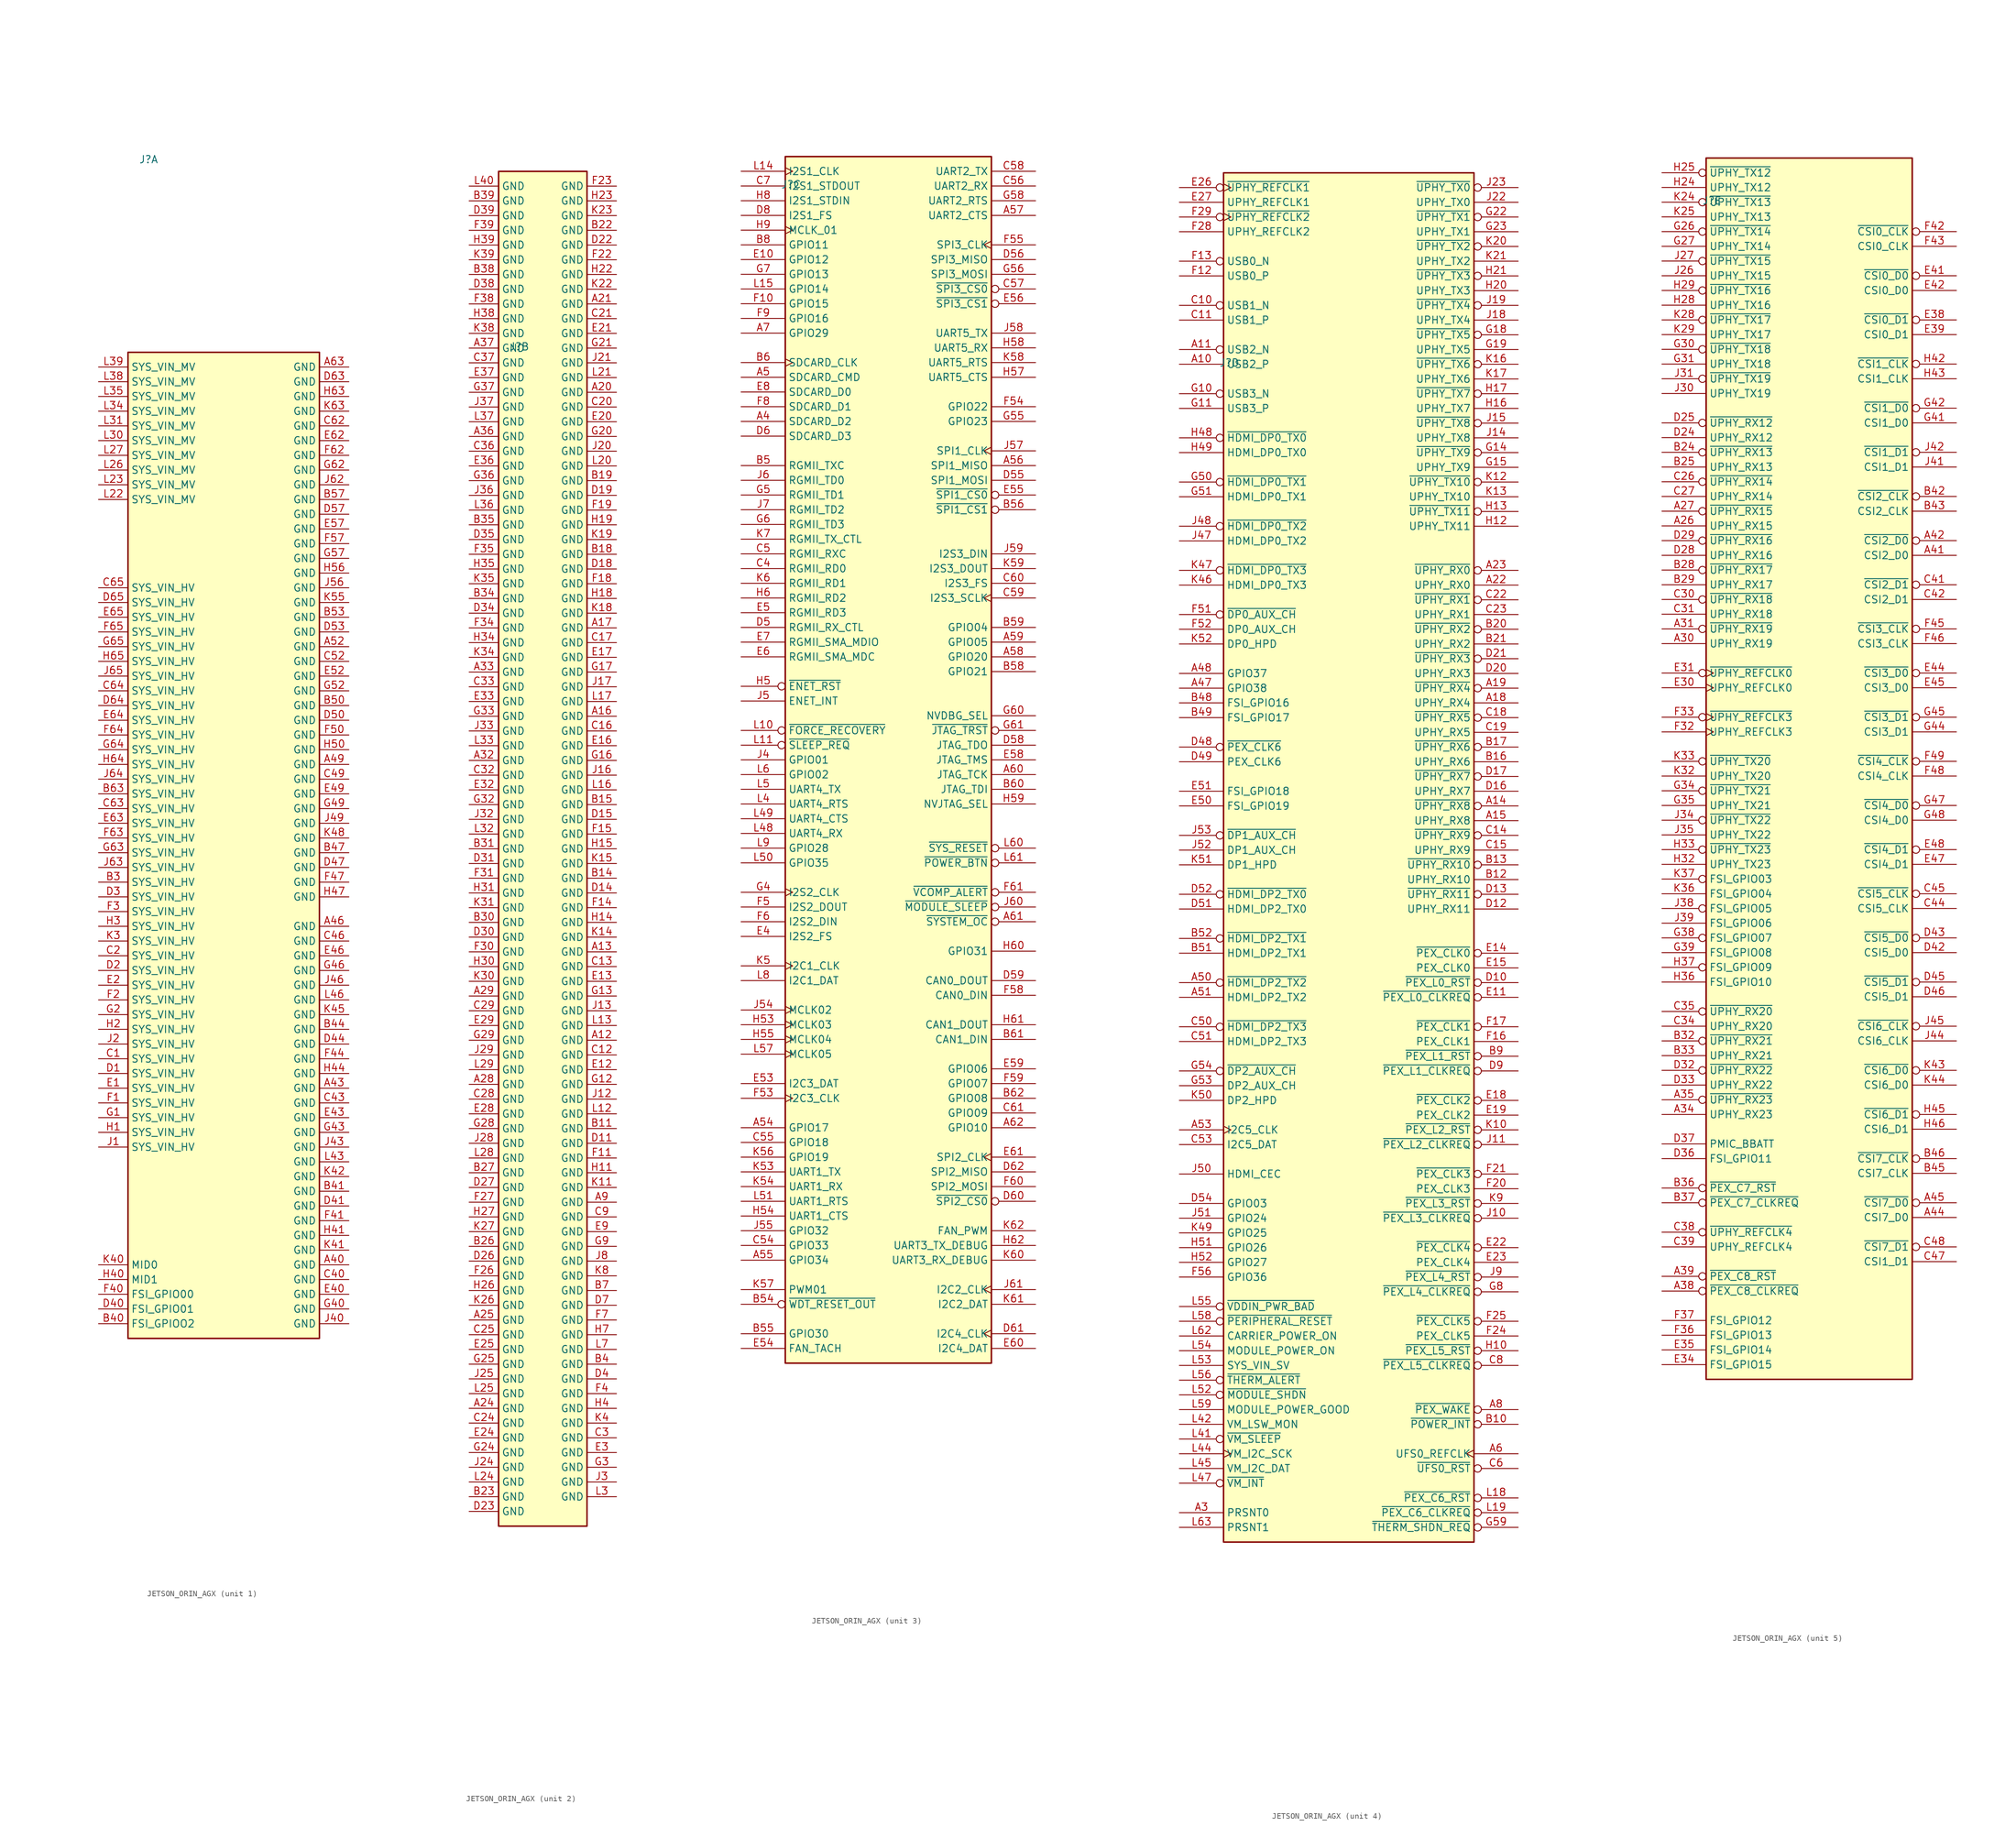
<source format=kicad_sym>
(kicad_symbol_lib
  (version 20231120)
  (generator "kicad_symbol_editor")
  (generator_version "8.0")
  (symbol "JETSON_ORIN_AGX"
    (property "Reference" "J"
      (at 8.636 200.914 0)
      (effects (font (size 1.27 1.27))))
    (property "Value" ""
      (at -7.62 -22.86 0)
      (effects (font (size 1.27 1.27))))
    (property "ki_locked" ""
      (at 0 0 0)
      (effects (font (size 1.27 1.27))))
    (symbol "JETSON_ORIN_AGX_1_1"
      (rectangle (start 5.08 167.64) (end 38.1 -2.54) (stroke (width 0.254) (type default)) (fill (type background)))
      (pin power_in line (at 43.18 10.16 180) (length 5.08) (name "GND" (effects (font (size 1.27 1.27)))) (number "A40" (effects (font (size 1.27 1.27)))))
      (pin power_in line (at 43.18 40.64 180) (length 5.08) (name "GND" (effects (font (size 1.27 1.27)))) (number "A43" (effects (font (size 1.27 1.27)))))
      (pin power_in line (at 43.18 68.58 180) (length 5.08) (name "GND" (effects (font (size 1.27 1.27)))) (number "A46" (effects (font (size 1.27 1.27)))))
      (pin power_in line (at 43.18 96.52 180) (length 5.08) (name "GND" (effects (font (size 1.27 1.27)))) (number "A49" (effects (font (size 1.27 1.27)))))
      (pin power_in line (at 43.18 116.84 180) (length 5.08) (name "GND" (effects (font (size 1.27 1.27)))) (number "A52" (effects (font (size 1.27 1.27)))))
      (pin power_in line (at 43.18 165.1 180) (length 5.08) (name "GND" (effects (font (size 1.27 1.27)))) (number "A63" (effects (font (size 1.27 1.27)))))
      (pin power_in line (at 0 76.2 0) (length 5.08) (name "SYS_VIN_HV" (effects (font (size 1.27 1.27)))) (number "B3" (effects (font (size 1.27 1.27)))))
      (pin passive line (at 0 0 0) (length 5.08) (name "FSI_GPIOO2" (effects (font (size 1.27 1.27)))) (number "B40" (effects (font (size 1.27 1.27)))))
      (pin power_in line (at 43.18 22.86 180) (length 5.08) (name "GND" (effects (font (size 1.27 1.27)))) (number "B41" (effects (font (size 1.27 1.27)))))
      (pin power_in line (at 43.18 50.8 180) (length 5.08) (name "GND" (effects (font (size 1.27 1.27)))) (number "B44" (effects (font (size 1.27 1.27)))))
      (pin power_in line (at 43.18 81.28 180) (length 5.08) (name "GND" (effects (font (size 1.27 1.27)))) (number "B47" (effects (font (size 1.27 1.27)))))
      (pin power_in line (at 43.18 106.68 180) (length 5.08) (name "GND" (effects (font (size 1.27 1.27)))) (number "B50" (effects (font (size 1.27 1.27)))))
      (pin power_in line (at 43.18 121.92 180) (length 5.08) (name "GND" (effects (font (size 1.27 1.27)))) (number "B53" (effects (font (size 1.27 1.27)))))
      (pin power_in line (at 43.18 142.24 180) (length 5.08) (name "GND" (effects (font (size 1.27 1.27)))) (number "B57" (effects (font (size 1.27 1.27)))))
      (pin power_in line (at 0 91.44 0) (length 5.08) (name "SYS_VIN_HV" (effects (font (size 1.27 1.27)))) (number "B63" (effects (font (size 1.27 1.27)))))
      (pin power_in line (at 0 45.72 0) (length 5.08) (name "SYS_VIN_HV" (effects (font (size 1.27 1.27)))) (number "C1" (effects (font (size 1.27 1.27)))))
      (pin power_in line (at 0 63.5 0) (length 5.08) (name "SYS_VIN_HV" (effects (font (size 1.27 1.27)))) (number "C2" (effects (font (size 1.27 1.27)))))
      (pin power_in line (at 43.18 7.62 180) (length 5.08) (name "GND" (effects (font (size 1.27 1.27)))) (number "C40" (effects (font (size 1.27 1.27)))))
      (pin power_in line (at 43.18 38.1 180) (length 5.08) (name "GND" (effects (font (size 1.27 1.27)))) (number "C43" (effects (font (size 1.27 1.27)))))
      (pin power_in line (at 43.18 66.04 180) (length 5.08) (name "GND" (effects (font (size 1.27 1.27)))) (number "C46" (effects (font (size 1.27 1.27)))))
      (pin power_in line (at 43.18 93.98 180) (length 5.08) (name "GND" (effects (font (size 1.27 1.27)))) (number "C49" (effects (font (size 1.27 1.27)))))
      (pin power_in line (at 43.18 114.3 180) (length 5.08) (name "GND" (effects (font (size 1.27 1.27)))) (number "C52" (effects (font (size 1.27 1.27)))))
      (pin power_in line (at 43.18 154.94 180) (length 5.08) (name "GND" (effects (font (size 1.27 1.27)))) (number "C62" (effects (font (size 1.27 1.27)))))
      (pin power_in line (at 0 88.9 0) (length 5.08) (name "SYS_VIN_HV" (effects (font (size 1.27 1.27)))) (number "C63" (effects (font (size 1.27 1.27)))))
      (pin power_in line (at 0 109.22 0) (length 5.08) (name "SYS_VIN_HV" (effects (font (size 1.27 1.27)))) (number "C64" (effects (font (size 1.27 1.27)))))
      (pin power_in line (at 0 127 0) (length 5.08) (name "SYS_VIN_HV" (effects (font (size 1.27 1.27)))) (number "C65" (effects (font (size 1.27 1.27)))))
      (pin power_in line (at 0 43.18 0) (length 5.08) (name "SYS_VIN_HV" (effects (font (size 1.27 1.27)))) (number "D1" (effects (font (size 1.27 1.27)))))
      (pin power_in line (at 0 60.96 0) (length 5.08) (name "SYS_VIN_HV" (effects (font (size 1.27 1.27)))) (number "D2" (effects (font (size 1.27 1.27)))))
      (pin power_in line (at 0 73.66 0) (length 5.08) (name "SYS_VIN_HV" (effects (font (size 1.27 1.27)))) (number "D3" (effects (font (size 1.27 1.27)))))
      (pin passive line (at 0 2.54 0) (length 5.08) (name "FSI_GPIO01" (effects (font (size 1.27 1.27)))) (number "D40" (effects (font (size 1.27 1.27)))))
      (pin power_in line (at 43.18 20.32 180) (length 5.08) (name "GND" (effects (font (size 1.27 1.27)))) (number "D41" (effects (font (size 1.27 1.27)))))
      (pin power_in line (at 43.18 48.26 180) (length 5.08) (name "GND" (effects (font (size 1.27 1.27)))) (number "D44" (effects (font (size 1.27 1.27)))))
      (pin power_in line (at 43.18 78.74 180) (length 5.08) (name "GND" (effects (font (size 1.27 1.27)))) (number "D47" (effects (font (size 1.27 1.27)))))
      (pin power_in line (at 43.18 104.14 180) (length 5.08) (name "GND" (effects (font (size 1.27 1.27)))) (number "D50" (effects (font (size 1.27 1.27)))))
      (pin power_in line (at 43.18 119.38 180) (length 5.08) (name "GND" (effects (font (size 1.27 1.27)))) (number "D53" (effects (font (size 1.27 1.27)))))
      (pin power_in line (at 43.18 139.7 180) (length 5.08) (name "GND" (effects (font (size 1.27 1.27)))) (number "D57" (effects (font (size 1.27 1.27)))))
      (pin power_in line (at 43.18 162.56 180) (length 5.08) (name "GND" (effects (font (size 1.27 1.27)))) (number "D63" (effects (font (size 1.27 1.27)))))
      (pin power_in line (at 0 106.68 0) (length 5.08) (name "SYS_VIN_HV" (effects (font (size 1.27 1.27)))) (number "D64" (effects (font (size 1.27 1.27)))))
      (pin power_in line (at 0 124.46 0) (length 5.08) (name "SYS_VIN_HV" (effects (font (size 1.27 1.27)))) (number "D65" (effects (font (size 1.27 1.27)))))
      (pin power_in line (at 0 40.64 0) (length 5.08) (name "SYS_VIN_HV" (effects (font (size 1.27 1.27)))) (number "E1" (effects (font (size 1.27 1.27)))))
      (pin power_in line (at 0 58.42 0) (length 5.08) (name "SYS_VIN_HV" (effects (font (size 1.27 1.27)))) (number "E2" (effects (font (size 1.27 1.27)))))
      (pin power_in line (at 43.18 5.08 180) (length 5.08) (name "GND" (effects (font (size 1.27 1.27)))) (number "E40" (effects (font (size 1.27 1.27)))))
      (pin power_in line (at 43.18 35.56 180) (length 5.08) (name "GND" (effects (font (size 1.27 1.27)))) (number "E43" (effects (font (size 1.27 1.27)))))
      (pin power_in line (at 43.18 63.5 180) (length 5.08) (name "GND" (effects (font (size 1.27 1.27)))) (number "E46" (effects (font (size 1.27 1.27)))))
      (pin power_in line (at 43.18 91.44 180) (length 5.08) (name "GND" (effects (font (size 1.27 1.27)))) (number "E49" (effects (font (size 1.27 1.27)))))
      (pin power_in line (at 43.18 111.76 180) (length 5.08) (name "GND" (effects (font (size 1.27 1.27)))) (number "E52" (effects (font (size 1.27 1.27)))))
      (pin power_in line (at 43.18 137.16 180) (length 5.08) (name "GND" (effects (font (size 1.27 1.27)))) (number "E57" (effects (font (size 1.27 1.27)))))
      (pin power_in line (at 43.18 152.4 180) (length 5.08) (name "GND" (effects (font (size 1.27 1.27)))) (number "E62" (effects (font (size 1.27 1.27)))))
      (pin power_in line (at 0 86.36 0) (length 5.08) (name "SYS_VIN_HV" (effects (font (size 1.27 1.27)))) (number "E63" (effects (font (size 1.27 1.27)))))
      (pin power_in line (at 0 104.14 0) (length 5.08) (name "SYS_VIN_HV" (effects (font (size 1.27 1.27)))) (number "E64" (effects (font (size 1.27 1.27)))))
      (pin power_in line (at 0 121.92 0) (length 5.08) (name "SYS_VIN_HV" (effects (font (size 1.27 1.27)))) (number "E65" (effects (font (size 1.27 1.27)))))
      (pin power_in line (at 0 38.1 0) (length 5.08) (name "SYS_VIN_HV" (effects (font (size 1.27 1.27)))) (number "F1" (effects (font (size 1.27 1.27)))))
      (pin power_in line (at 0 55.88 0) (length 5.08) (name "SYS_VIN_HV" (effects (font (size 1.27 1.27)))) (number "F2" (effects (font (size 1.27 1.27)))))
      (pin power_in line (at 0 71.12 0) (length 5.08) (name "SYS_VIN_HV" (effects (font (size 1.27 1.27)))) (number "F3" (effects (font (size 1.27 1.27)))))
      (pin passive line (at 0 5.08 0) (length 5.08) (name "FSI_GPIO00" (effects (font (size 1.27 1.27)))) (number "F40" (effects (font (size 1.27 1.27)))))
      (pin power_in line (at 43.18 17.78 180) (length 5.08) (name "GND" (effects (font (size 1.27 1.27)))) (number "F41" (effects (font (size 1.27 1.27)))))
      (pin power_in line (at 43.18 45.72 180) (length 5.08) (name "GND" (effects (font (size 1.27 1.27)))) (number "F44" (effects (font (size 1.27 1.27)))))
      (pin power_in line (at 43.18 76.2 180) (length 5.08) (name "GND" (effects (font (size 1.27 1.27)))) (number "F47" (effects (font (size 1.27 1.27)))))
      (pin power_in line (at 43.18 101.6 180) (length 5.08) (name "GND" (effects (font (size 1.27 1.27)))) (number "F50" (effects (font (size 1.27 1.27)))))
      (pin power_in line (at 43.18 134.62 180) (length 5.08) (name "GND" (effects (font (size 1.27 1.27)))) (number "F57" (effects (font (size 1.27 1.27)))))
      (pin power_in line (at 43.18 149.86 180) (length 5.08) (name "GND" (effects (font (size 1.27 1.27)))) (number "F62" (effects (font (size 1.27 1.27)))))
      (pin power_in line (at 0 83.82 0) (length 5.08) (name "SYS_VIN_HV" (effects (font (size 1.27 1.27)))) (number "F63" (effects (font (size 1.27 1.27)))))
      (pin power_in line (at 0 101.6 0) (length 5.08) (name "SYS_VIN_HV" (effects (font (size 1.27 1.27)))) (number "F64" (effects (font (size 1.27 1.27)))))
      (pin power_in line (at 0 119.38 0) (length 5.08) (name "SYS_VIN_HV" (effects (font (size 1.27 1.27)))) (number "F65" (effects (font (size 1.27 1.27)))))
      (pin power_in line (at 0 35.56 0) (length 5.08) (name "SYS_VIN_HV" (effects (font (size 1.27 1.27)))) (number "G1" (effects (font (size 1.27 1.27)))))
      (pin power_in line (at 0 53.34 0) (length 5.08) (name "SYS_VIN_HV" (effects (font (size 1.27 1.27)))) (number "G2" (effects (font (size 1.27 1.27)))))
      (pin power_in line (at 43.18 2.54 180) (length 5.08) (name "GND" (effects (font (size 1.27 1.27)))) (number "G40" (effects (font (size 1.27 1.27)))))
      (pin power_in line (at 43.18 33.02 180) (length 5.08) (name "GND" (effects (font (size 1.27 1.27)))) (number "G43" (effects (font (size 1.27 1.27)))))
      (pin power_in line (at 43.18 60.96 180) (length 5.08) (name "GND" (effects (font (size 1.27 1.27)))) (number "G46" (effects (font (size 1.27 1.27)))))
      (pin power_in line (at 43.18 88.9 180) (length 5.08) (name "GND" (effects (font (size 1.27 1.27)))) (number "G49" (effects (font (size 1.27 1.27)))))
      (pin power_in line (at 43.18 109.22 180) (length 5.08) (name "GND" (effects (font (size 1.27 1.27)))) (number "G52" (effects (font (size 1.27 1.27)))))
      (pin power_in line (at 43.18 132.08 180) (length 5.08) (name "GND" (effects (font (size 1.27 1.27)))) (number "G57" (effects (font (size 1.27 1.27)))))
      (pin power_in line (at 43.18 147.32 180) (length 5.08) (name "GND" (effects (font (size 1.27 1.27)))) (number "G62" (effects (font (size 1.27 1.27)))))
      (pin power_in line (at 0 81.28 0) (length 5.08) (name "SYS_VIN_HV" (effects (font (size 1.27 1.27)))) (number "G63" (effects (font (size 1.27 1.27)))))
      (pin power_in line (at 0 99.06 0) (length 5.08) (name "SYS_VIN_HV" (effects (font (size 1.27 1.27)))) (number "G64" (effects (font (size 1.27 1.27)))))
      (pin power_in line (at 0 116.84 0) (length 5.08) (name "SYS_VIN_HV" (effects (font (size 1.27 1.27)))) (number "G65" (effects (font (size 1.27 1.27)))))
      (pin power_in line (at 0 33.02 0) (length 5.08) (name "SYS_VIN_HV" (effects (font (size 1.27 1.27)))) (number "H1" (effects (font (size 1.27 1.27)))))
      (pin power_in line (at 0 50.8 0) (length 5.08) (name "SYS_VIN_HV" (effects (font (size 1.27 1.27)))) (number "H2" (effects (font (size 1.27 1.27)))))
      (pin power_in line (at 0 68.58 0) (length 5.08) (name "SYS_VIN_HV" (effects (font (size 1.27 1.27)))) (number "H3" (effects (font (size 1.27 1.27)))))
      (pin passive line (at 0 7.62 0) (length 5.08) (name "MID1" (effects (font (size 1.27 1.27)))) (number "H40" (effects (font (size 1.27 1.27)))))
      (pin power_in line (at 43.18 15.24 180) (length 5.08) (name "GND" (effects (font (size 1.27 1.27)))) (number "H41" (effects (font (size 1.27 1.27)))))
      (pin power_in line (at 43.18 43.18 180) (length 5.08) (name "GND" (effects (font (size 1.27 1.27)))) (number "H44" (effects (font (size 1.27 1.27)))))
      (pin power_in line (at 43.18 73.66 180) (length 5.08) (name "GND" (effects (font (size 1.27 1.27)))) (number "H47" (effects (font (size 1.27 1.27)))))
      (pin power_in line (at 43.18 99.06 180) (length 5.08) (name "GND" (effects (font (size 1.27 1.27)))) (number "H50" (effects (font (size 1.27 1.27)))))
      (pin power_in line (at 43.18 129.54 180) (length 5.08) (name "GND" (effects (font (size 1.27 1.27)))) (number "H56" (effects (font (size 1.27 1.27)))))
      (pin power_in line (at 43.18 160.02 180) (length 5.08) (name "GND" (effects (font (size 1.27 1.27)))) (number "H63" (effects (font (size 1.27 1.27)))))
      (pin power_in line (at 0 96.52 0) (length 5.08) (name "SYS_VIN_HV" (effects (font (size 1.27 1.27)))) (number "H64" (effects (font (size 1.27 1.27)))))
      (pin power_in line (at 0 114.3 0) (length 5.08) (name "SYS_VIN_HV" (effects (font (size 1.27 1.27)))) (number "H65" (effects (font (size 1.27 1.27)))))
      (pin power_in line (at 0 30.48 0) (length 5.08) (name "SYS_VIN_HV" (effects (font (size 1.27 1.27)))) (number "J1" (effects (font (size 1.27 1.27)))))
      (pin power_in line (at 0 48.26 0) (length 5.08) (name "SYS_VIN_HV" (effects (font (size 1.27 1.27)))) (number "J2" (effects (font (size 1.27 1.27)))))
      (pin power_in line (at 43.18 0 180) (length 5.08) (name "GND" (effects (font (size 1.27 1.27)))) (number "J40" (effects (font (size 1.27 1.27)))))
      (pin power_in line (at 43.18 30.48 180) (length 5.08) (name "GND" (effects (font (size 1.27 1.27)))) (number "J43" (effects (font (size 1.27 1.27)))))
      (pin power_in line (at 43.18 58.42 180) (length 5.08) (name "GND" (effects (font (size 1.27 1.27)))) (number "J46" (effects (font (size 1.27 1.27)))))
      (pin power_in line (at 43.18 86.36 180) (length 5.08) (name "GND" (effects (font (size 1.27 1.27)))) (number "J49" (effects (font (size 1.27 1.27)))))
      (pin power_in line (at 43.18 127 180) (length 5.08) (name "GND" (effects (font (size 1.27 1.27)))) (number "J56" (effects (font (size 1.27 1.27)))))
      (pin power_in line (at 43.18 144.78 180) (length 5.08) (name "GND" (effects (font (size 1.27 1.27)))) (number "J62" (effects (font (size 1.27 1.27)))))
      (pin power_in line (at 0 78.74 0) (length 5.08) (name "SYS_VIN_HV" (effects (font (size 1.27 1.27)))) (number "J63" (effects (font (size 1.27 1.27)))))
      (pin power_in line (at 0 93.98 0) (length 5.08) (name "SYS_VIN_HV" (effects (font (size 1.27 1.27)))) (number "J64" (effects (font (size 1.27 1.27)))))
      (pin power_in line (at 0 111.76 0) (length 5.08) (name "SYS_VIN_HV" (effects (font (size 1.27 1.27)))) (number "J65" (effects (font (size 1.27 1.27)))))
      (pin power_in line (at 0 66.04 0) (length 5.08) (name "SYS_VIN_HV" (effects (font (size 1.27 1.27)))) (number "K3" (effects (font (size 1.27 1.27)))))
      (pin passive line (at 0 10.16 0) (length 5.08) (name "MID0" (effects (font (size 1.27 1.27)))) (number "K40" (effects (font (size 1.27 1.27)))))
      (pin power_in line (at 43.18 12.7 180) (length 5.08) (name "GND" (effects (font (size 1.27 1.27)))) (number "K41" (effects (font (size 1.27 1.27)))))
      (pin power_in line (at 43.18 25.4 180) (length 5.08) (name "GND" (effects (font (size 1.27 1.27)))) (number "K42" (effects (font (size 1.27 1.27)))))
      (pin power_in line (at 43.18 53.34 180) (length 5.08) (name "GND" (effects (font (size 1.27 1.27)))) (number "K45" (effects (font (size 1.27 1.27)))))
      (pin power_in line (at 43.18 83.82 180) (length 5.08) (name "GND" (effects (font (size 1.27 1.27)))) (number "K48" (effects (font (size 1.27 1.27)))))
      (pin power_in line (at 43.18 124.46 180) (length 5.08) (name "GND" (effects (font (size 1.27 1.27)))) (number "K55" (effects (font (size 1.27 1.27)))))
      (pin power_in line (at 43.18 157.48 180) (length 5.08) (name "GND" (effects (font (size 1.27 1.27)))) (number "K63" (effects (font (size 1.27 1.27)))))
      (pin power_in line (at 0 142.24 0) (length 5.08) (name "SYS_VIN_MV" (effects (font (size 1.27 1.27)))) (number "L22" (effects (font (size 1.27 1.27)))))
      (pin power_in line (at 0 144.78 0) (length 5.08) (name "SYS_VIN_MV" (effects (font (size 1.27 1.27)))) (number "L23" (effects (font (size 1.27 1.27)))))
      (pin power_in line (at 0 147.32 0) (length 5.08) (name "SYS_VIN_MV" (effects (font (size 1.27 1.27)))) (number "L26" (effects (font (size 1.27 1.27)))))
      (pin power_in line (at 0 149.86 0) (length 5.08) (name "SYS_VIN_MV" (effects (font (size 1.27 1.27)))) (number "L27" (effects (font (size 1.27 1.27)))))
      (pin power_in line (at 0 152.4 0) (length 5.08) (name "SYS_VIN_MV" (effects (font (size 1.27 1.27)))) (number "L30" (effects (font (size 1.27 1.27)))))
      (pin power_in line (at 0 154.94 0) (length 5.08) (name "SYS_VIN_MV" (effects (font (size 1.27 1.27)))) (number "L31" (effects (font (size 1.27 1.27)))))
      (pin power_in line (at 0 157.48 0) (length 5.08) (name "SYS_VIN_MV" (effects (font (size 1.27 1.27)))) (number "L34" (effects (font (size 1.27 1.27)))))
      (pin power_in line (at 0 160.02 0) (length 5.08) (name "SYS_VIN_MV" (effects (font (size 1.27 1.27)))) (number "L35" (effects (font (size 1.27 1.27)))))
      (pin power_in line (at 0 162.56 0) (length 5.08) (name "SYS_VIN_MV" (effects (font (size 1.27 1.27)))) (number "L38" (effects (font (size 1.27 1.27)))))
      (pin power_in line (at 0 165.1 0) (length 5.08) (name "SYS_VIN_MV" (effects (font (size 1.27 1.27)))) (number "L39" (effects (font (size 1.27 1.27)))))
      (pin power_in line (at 43.18 27.94 180) (length 5.08) (name "GND" (effects (font (size 1.27 1.27)))) (number "L43" (effects (font (size 1.27 1.27)))))
      (pin power_in line (at 43.18 55.88 180) (length 5.08) (name "GND" (effects (font (size 1.27 1.27)))) (number "L46" (effects (font (size 1.27 1.27))))))
    (symbol "JETSON_ORIN_AGX_2_1"
      (rectangle (start 5.08 231.14) (end 20.32 -2.54) (stroke (width 0.254) (type default)) (fill (type background)))
      (pin power_in line (at 25.4 81.28 180) (length 5.08) (name "GND" (effects (font (size 1.27 1.27)))) (number "A12" (effects (font (size 1.27 1.27)))))
      (pin power_in line (at 25.4 96.52 180) (length 5.08) (name "GND" (effects (font (size 1.27 1.27)))) (number "A13" (effects (font (size 1.27 1.27)))))
      (pin power_in line (at 25.4 137.16 180) (length 5.08) (name "GND" (effects (font (size 1.27 1.27)))) (number "A16" (effects (font (size 1.27 1.27)))))
      (pin power_in line (at 25.4 152.4 180) (length 5.08) (name "GND" (effects (font (size 1.27 1.27)))) (number "A17" (effects (font (size 1.27 1.27)))))
      (pin power_in line (at 25.4 193.04 180) (length 5.08) (name "GND" (effects (font (size 1.27 1.27)))) (number "A20" (effects (font (size 1.27 1.27)))))
      (pin power_in line (at 25.4 208.28 180) (length 5.08) (name "GND" (effects (font (size 1.27 1.27)))) (number "A21" (effects (font (size 1.27 1.27)))))
      (pin power_in line (at 0 17.78 0) (length 5.08) (name "GND" (effects (font (size 1.27 1.27)))) (number "A24" (effects (font (size 1.27 1.27)))))
      (pin power_in line (at 0 33.02 0) (length 5.08) (name "GND" (effects (font (size 1.27 1.27)))) (number "A25" (effects (font (size 1.27 1.27)))))
      (pin power_in line (at 0 73.66 0) (length 5.08) (name "GND" (effects (font (size 1.27 1.27)))) (number "A28" (effects (font (size 1.27 1.27)))))
      (pin power_in line (at 0 88.9 0) (length 5.08) (name "GND" (effects (font (size 1.27 1.27)))) (number "A29" (effects (font (size 1.27 1.27)))))
      (pin power_in line (at 0 129.54 0) (length 5.08) (name "GND" (effects (font (size 1.27 1.27)))) (number "A32" (effects (font (size 1.27 1.27)))))
      (pin power_in line (at 0 144.78 0) (length 5.08) (name "GND" (effects (font (size 1.27 1.27)))) (number "A33" (effects (font (size 1.27 1.27)))))
      (pin power_in line (at 0 185.42 0) (length 5.08) (name "GND" (effects (font (size 1.27 1.27)))) (number "A36" (effects (font (size 1.27 1.27)))))
      (pin power_in line (at 0 200.66 0) (length 5.08) (name "GND" (effects (font (size 1.27 1.27)))) (number "A37" (effects (font (size 1.27 1.27)))))
      (pin power_in line (at 25.4 53.34 180) (length 5.08) (name "GND" (effects (font (size 1.27 1.27)))) (number "A9" (effects (font (size 1.27 1.27)))))
      (pin power_in line (at 25.4 66.04 180) (length 5.08) (name "GND" (effects (font (size 1.27 1.27)))) (number "B11" (effects (font (size 1.27 1.27)))))
      (pin power_in line (at 25.4 109.22 180) (length 5.08) (name "GND" (effects (font (size 1.27 1.27)))) (number "B14" (effects (font (size 1.27 1.27)))))
      (pin power_in line (at 25.4 121.92 180) (length 5.08) (name "GND" (effects (font (size 1.27 1.27)))) (number "B15" (effects (font (size 1.27 1.27)))))
      (pin power_in line (at 25.4 165.1 180) (length 5.08) (name "GND" (effects (font (size 1.27 1.27)))) (number "B18" (effects (font (size 1.27 1.27)))))
      (pin power_in line (at 25.4 177.8 180) (length 5.08) (name "GND" (effects (font (size 1.27 1.27)))) (number "B19" (effects (font (size 1.27 1.27)))))
      (pin power_in line (at 25.4 220.98 180) (length 5.08) (name "GND" (effects (font (size 1.27 1.27)))) (number "B22" (effects (font (size 1.27 1.27)))))
      (pin power_in line (at 0 2.54 0) (length 5.08) (name "GND" (effects (font (size 1.27 1.27)))) (number "B23" (effects (font (size 1.27 1.27)))))
      (pin power_in line (at 0 45.72 0) (length 5.08) (name "GND" (effects (font (size 1.27 1.27)))) (number "B26" (effects (font (size 1.27 1.27)))))
      (pin power_in line (at 0 58.42 0) (length 5.08) (name "GND" (effects (font (size 1.27 1.27)))) (number "B27" (effects (font (size 1.27 1.27)))))
      (pin power_in line (at 0 101.6 0) (length 5.08) (name "GND" (effects (font (size 1.27 1.27)))) (number "B30" (effects (font (size 1.27 1.27)))))
      (pin power_in line (at 0 114.3 0) (length 5.08) (name "GND" (effects (font (size 1.27 1.27)))) (number "B31" (effects (font (size 1.27 1.27)))))
      (pin power_in line (at 0 157.48 0) (length 5.08) (name "GND" (effects (font (size 1.27 1.27)))) (number "B34" (effects (font (size 1.27 1.27)))))
      (pin power_in line (at 0 170.18 0) (length 5.08) (name "GND" (effects (font (size 1.27 1.27)))) (number "B35" (effects (font (size 1.27 1.27)))))
      (pin power_in line (at 0 213.36 0) (length 5.08) (name "GND" (effects (font (size 1.27 1.27)))) (number "B38" (effects (font (size 1.27 1.27)))))
      (pin power_in line (at 0 226.06 0) (length 5.08) (name "GND" (effects (font (size 1.27 1.27)))) (number "B39" (effects (font (size 1.27 1.27)))))
      (pin power_in line (at 25.4 25.4 180) (length 5.08) (name "GND" (effects (font (size 1.27 1.27)))) (number "B4" (effects (font (size 1.27 1.27)))))
      (pin power_in line (at 25.4 38.1 180) (length 5.08) (name "GND" (effects (font (size 1.27 1.27)))) (number "B7" (effects (font (size 1.27 1.27)))))
      (pin power_in line (at 25.4 78.74 180) (length 5.08) (name "GND" (effects (font (size 1.27 1.27)))) (number "C12" (effects (font (size 1.27 1.27)))))
      (pin power_in line (at 25.4 93.98 180) (length 5.08) (name "GND" (effects (font (size 1.27 1.27)))) (number "C13" (effects (font (size 1.27 1.27)))))
      (pin power_in line (at 25.4 134.62 180) (length 5.08) (name "GND" (effects (font (size 1.27 1.27)))) (number "C16" (effects (font (size 1.27 1.27)))))
      (pin power_in line (at 25.4 149.86 180) (length 5.08) (name "GND" (effects (font (size 1.27 1.27)))) (number "C17" (effects (font (size 1.27 1.27)))))
      (pin power_in line (at 25.4 190.5 180) (length 5.08) (name "GND" (effects (font (size 1.27 1.27)))) (number "C20" (effects (font (size 1.27 1.27)))))
      (pin power_in line (at 25.4 205.74 180) (length 5.08) (name "GND" (effects (font (size 1.27 1.27)))) (number "C21" (effects (font (size 1.27 1.27)))))
      (pin power_in line (at 0 15.24 0) (length 5.08) (name "GND" (effects (font (size 1.27 1.27)))) (number "C24" (effects (font (size 1.27 1.27)))))
      (pin power_in line (at 0 30.48 0) (length 5.08) (name "GND" (effects (font (size 1.27 1.27)))) (number "C25" (effects (font (size 1.27 1.27)))))
      (pin power_in line (at 0 71.12 0) (length 5.08) (name "GND" (effects (font (size 1.27 1.27)))) (number "C28" (effects (font (size 1.27 1.27)))))
      (pin power_in line (at 0 86.36 0) (length 5.08) (name "GND" (effects (font (size 1.27 1.27)))) (number "C29" (effects (font (size 1.27 1.27)))))
      (pin power_in line (at 25.4 12.7 180) (length 5.08) (name "GND" (effects (font (size 1.27 1.27)))) (number "C3" (effects (font (size 1.27 1.27)))))
      (pin power_in line (at 0 127 0) (length 5.08) (name "GND" (effects (font (size 1.27 1.27)))) (number "C32" (effects (font (size 1.27 1.27)))))
      (pin power_in line (at 0 142.24 0) (length 5.08) (name "GND" (effects (font (size 1.27 1.27)))) (number "C33" (effects (font (size 1.27 1.27)))))
      (pin power_in line (at 0 182.88 0) (length 5.08) (name "GND" (effects (font (size 1.27 1.27)))) (number "C36" (effects (font (size 1.27 1.27)))))
      (pin power_in line (at 0 198.12 0) (length 5.08) (name "GND" (effects (font (size 1.27 1.27)))) (number "C37" (effects (font (size 1.27 1.27)))))
      (pin power_in line (at 25.4 50.8 180) (length 5.08) (name "GND" (effects (font (size 1.27 1.27)))) (number "C9" (effects (font (size 1.27 1.27)))))
      (pin power_in line (at 25.4 63.5 180) (length 5.08) (name "GND" (effects (font (size 1.27 1.27)))) (number "D11" (effects (font (size 1.27 1.27)))))
      (pin power_in line (at 25.4 106.68 180) (length 5.08) (name "GND" (effects (font (size 1.27 1.27)))) (number "D14" (effects (font (size 1.27 1.27)))))
      (pin power_in line (at 25.4 119.38 180) (length 5.08) (name "GND" (effects (font (size 1.27 1.27)))) (number "D15" (effects (font (size 1.27 1.27)))))
      (pin power_in line (at 25.4 162.56 180) (length 5.08) (name "GND" (effects (font (size 1.27 1.27)))) (number "D18" (effects (font (size 1.27 1.27)))))
      (pin power_in line (at 25.4 175.26 180) (length 5.08) (name "GND" (effects (font (size 1.27 1.27)))) (number "D19" (effects (font (size 1.27 1.27)))))
      (pin power_in line (at 25.4 218.44 180) (length 5.08) (name "GND" (effects (font (size 1.27 1.27)))) (number "D22" (effects (font (size 1.27 1.27)))))
      (pin power_in line (at 0 0 0) (length 5.08) (name "GND" (effects (font (size 1.27 1.27)))) (number "D23" (effects (font (size 1.27 1.27)))))
      (pin power_in line (at 0 43.18 0) (length 5.08) (name "GND" (effects (font (size 1.27 1.27)))) (number "D26" (effects (font (size 1.27 1.27)))))
      (pin power_in line (at 0 55.88 0) (length 5.08) (name "GND" (effects (font (size 1.27 1.27)))) (number "D27" (effects (font (size 1.27 1.27)))))
      (pin power_in line (at 0 99.06 0) (length 5.08) (name "GND" (effects (font (size 1.27 1.27)))) (number "D30" (effects (font (size 1.27 1.27)))))
      (pin power_in line (at 0 111.76 0) (length 5.08) (name "GND" (effects (font (size 1.27 1.27)))) (number "D31" (effects (font (size 1.27 1.27)))))
      (pin power_in line (at 0 154.94 0) (length 5.08) (name "GND" (effects (font (size 1.27 1.27)))) (number "D34" (effects (font (size 1.27 1.27)))))
      (pin power_in line (at 0 167.64 0) (length 5.08) (name "GND" (effects (font (size 1.27 1.27)))) (number "D35" (effects (font (size 1.27 1.27)))))
      (pin power_in line (at 0 210.82 0) (length 5.08) (name "GND" (effects (font (size 1.27 1.27)))) (number "D38" (effects (font (size 1.27 1.27)))))
      (pin power_in line (at 0 223.52 0) (length 5.08) (name "GND" (effects (font (size 1.27 1.27)))) (number "D39" (effects (font (size 1.27 1.27)))))
      (pin power_in line (at 25.4 22.86 180) (length 5.08) (name "GND" (effects (font (size 1.27 1.27)))) (number "D4" (effects (font (size 1.27 1.27)))))
      (pin power_in line (at 25.4 35.56 180) (length 5.08) (name "GND" (effects (font (size 1.27 1.27)))) (number "D7" (effects (font (size 1.27 1.27)))))
      (pin power_in line (at 25.4 76.2 180) (length 5.08) (name "GND" (effects (font (size 1.27 1.27)))) (number "E12" (effects (font (size 1.27 1.27)))))
      (pin power_in line (at 25.4 91.44 180) (length 5.08) (name "GND" (effects (font (size 1.27 1.27)))) (number "E13" (effects (font (size 1.27 1.27)))))
      (pin power_in line (at 25.4 132.08 180) (length 5.08) (name "GND" (effects (font (size 1.27 1.27)))) (number "E16" (effects (font (size 1.27 1.27)))))
      (pin power_in line (at 25.4 147.32 180) (length 5.08) (name "GND" (effects (font (size 1.27 1.27)))) (number "E17" (effects (font (size 1.27 1.27)))))
      (pin power_in line (at 25.4 187.96 180) (length 5.08) (name "GND" (effects (font (size 1.27 1.27)))) (number "E20" (effects (font (size 1.27 1.27)))))
      (pin power_in line (at 25.4 203.2 180) (length 5.08) (name "GND" (effects (font (size 1.27 1.27)))) (number "E21" (effects (font (size 1.27 1.27)))))
      (pin power_in line (at 0 12.7 0) (length 5.08) (name "GND" (effects (font (size 1.27 1.27)))) (number "E24" (effects (font (size 1.27 1.27)))))
      (pin power_in line (at 0 27.94 0) (length 5.08) (name "GND" (effects (font (size 1.27 1.27)))) (number "E25" (effects (font (size 1.27 1.27)))))
      (pin power_in line (at 0 68.58 0) (length 5.08) (name "GND" (effects (font (size 1.27 1.27)))) (number "E28" (effects (font (size 1.27 1.27)))))
      (pin power_in line (at 0 83.82 0) (length 5.08) (name "GND" (effects (font (size 1.27 1.27)))) (number "E29" (effects (font (size 1.27 1.27)))))
      (pin power_in line (at 25.4 10.16 180) (length 5.08) (name "GND" (effects (font (size 1.27 1.27)))) (number "E3" (effects (font (size 1.27 1.27)))))
      (pin power_in line (at 0 124.46 0) (length 5.08) (name "GND" (effects (font (size 1.27 1.27)))) (number "E32" (effects (font (size 1.27 1.27)))))
      (pin power_in line (at 0 139.7 0) (length 5.08) (name "GND" (effects (font (size 1.27 1.27)))) (number "E33" (effects (font (size 1.27 1.27)))))
      (pin power_in line (at 0 180.34 0) (length 5.08) (name "GND" (effects (font (size 1.27 1.27)))) (number "E36" (effects (font (size 1.27 1.27)))))
      (pin power_in line (at 0 195.58 0) (length 5.08) (name "GND" (effects (font (size 1.27 1.27)))) (number "E37" (effects (font (size 1.27 1.27)))))
      (pin power_in line (at 25.4 48.26 180) (length 5.08) (name "GND" (effects (font (size 1.27 1.27)))) (number "E9" (effects (font (size 1.27 1.27)))))
      (pin power_in line (at 25.4 60.96 180) (length 5.08) (name "GND" (effects (font (size 1.27 1.27)))) (number "F11" (effects (font (size 1.27 1.27)))))
      (pin power_in line (at 25.4 104.14 180) (length 5.08) (name "GND" (effects (font (size 1.27 1.27)))) (number "F14" (effects (font (size 1.27 1.27)))))
      (pin power_in line (at 25.4 116.84 180) (length 5.08) (name "GND" (effects (font (size 1.27 1.27)))) (number "F15" (effects (font (size 1.27 1.27)))))
      (pin power_in line (at 25.4 160.02 180) (length 5.08) (name "GND" (effects (font (size 1.27 1.27)))) (number "F18" (effects (font (size 1.27 1.27)))))
      (pin power_in line (at 25.4 172.72 180) (length 5.08) (name "GND" (effects (font (size 1.27 1.27)))) (number "F19" (effects (font (size 1.27 1.27)))))
      (pin power_in line (at 25.4 215.9 180) (length 5.08) (name "GND" (effects (font (size 1.27 1.27)))) (number "F22" (effects (font (size 1.27 1.27)))))
      (pin power_in line (at 25.4 228.6 180) (length 5.08) (name "GND" (effects (font (size 1.27 1.27)))) (number "F23" (effects (font (size 1.27 1.27)))))
      (pin power_in line (at 0 40.64 0) (length 5.08) (name "GND" (effects (font (size 1.27 1.27)))) (number "F26" (effects (font (size 1.27 1.27)))))
      (pin power_in line (at 0 53.34 0) (length 5.08) (name "GND" (effects (font (size 1.27 1.27)))) (number "F27" (effects (font (size 1.27 1.27)))))
      (pin power_in line (at 0 96.52 0) (length 5.08) (name "GND" (effects (font (size 1.27 1.27)))) (number "F30" (effects (font (size 1.27 1.27)))))
      (pin power_in line (at 0 109.22 0) (length 5.08) (name "GND" (effects (font (size 1.27 1.27)))) (number "F31" (effects (font (size 1.27 1.27)))))
      (pin power_in line (at 0 152.4 0) (length 5.08) (name "GND" (effects (font (size 1.27 1.27)))) (number "F34" (effects (font (size 1.27 1.27)))))
      (pin power_in line (at 0 165.1 0) (length 5.08) (name "GND" (effects (font (size 1.27 1.27)))) (number "F35" (effects (font (size 1.27 1.27)))))
      (pin power_in line (at 0 208.28 0) (length 5.08) (name "GND" (effects (font (size 1.27 1.27)))) (number "F38" (effects (font (size 1.27 1.27)))))
      (pin power_in line (at 0 220.98 0) (length 5.08) (name "GND" (effects (font (size 1.27 1.27)))) (number "F39" (effects (font (size 1.27 1.27)))))
      (pin power_in line (at 25.4 20.32 180) (length 5.08) (name "GND" (effects (font (size 1.27 1.27)))) (number "F4" (effects (font (size 1.27 1.27)))))
      (pin power_in line (at 25.4 33.02 180) (length 5.08) (name "GND" (effects (font (size 1.27 1.27)))) (number "F7" (effects (font (size 1.27 1.27)))))
      (pin power_in line (at 25.4 73.66 180) (length 5.08) (name "GND" (effects (font (size 1.27 1.27)))) (number "G12" (effects (font (size 1.27 1.27)))))
      (pin power_in line (at 25.4 88.9 180) (length 5.08) (name "GND" (effects (font (size 1.27 1.27)))) (number "G13" (effects (font (size 1.27 1.27)))))
      (pin power_in line (at 25.4 129.54 180) (length 5.08) (name "GND" (effects (font (size 1.27 1.27)))) (number "G16" (effects (font (size 1.27 1.27)))))
      (pin power_in line (at 25.4 144.78 180) (length 5.08) (name "GND" (effects (font (size 1.27 1.27)))) (number "G17" (effects (font (size 1.27 1.27)))))
      (pin power_in line (at 25.4 185.42 180) (length 5.08) (name "GND" (effects (font (size 1.27 1.27)))) (number "G20" (effects (font (size 1.27 1.27)))))
      (pin power_in line (at 25.4 200.66 180) (length 5.08) (name "GND" (effects (font (size 1.27 1.27)))) (number "G21" (effects (font (size 1.27 1.27)))))
      (pin power_in line (at 0 10.16 0) (length 5.08) (name "GND" (effects (font (size 1.27 1.27)))) (number "G24" (effects (font (size 1.27 1.27)))))
      (pin power_in line (at 0 25.4 0) (length 5.08) (name "GND" (effects (font (size 1.27 1.27)))) (number "G25" (effects (font (size 1.27 1.27)))))
      (pin power_in line (at 0 66.04 0) (length 5.08) (name "GND" (effects (font (size 1.27 1.27)))) (number "G28" (effects (font (size 1.27 1.27)))))
      (pin power_in line (at 0 81.28 0) (length 5.08) (name "GND" (effects (font (size 1.27 1.27)))) (number "G29" (effects (font (size 1.27 1.27)))))
      (pin power_in line (at 25.4 7.62 180) (length 5.08) (name "GND" (effects (font (size 1.27 1.27)))) (number "G3" (effects (font (size 1.27 1.27)))))
      (pin power_in line (at 0 121.92 0) (length 5.08) (name "GND" (effects (font (size 1.27 1.27)))) (number "G32" (effects (font (size 1.27 1.27)))))
      (pin power_in line (at 0 137.16 0) (length 5.08) (name "GND" (effects (font (size 1.27 1.27)))) (number "G33" (effects (font (size 1.27 1.27)))))
      (pin power_in line (at 0 177.8 0) (length 5.08) (name "GND" (effects (font (size 1.27 1.27)))) (number "G36" (effects (font (size 1.27 1.27)))))
      (pin power_in line (at 0 193.04 0) (length 5.08) (name "GND" (effects (font (size 1.27 1.27)))) (number "G37" (effects (font (size 1.27 1.27)))))
      (pin power_in line (at 25.4 45.72 180) (length 5.08) (name "GND" (effects (font (size 1.27 1.27)))) (number "G9" (effects (font (size 1.27 1.27)))))
      (pin power_in line (at 25.4 58.42 180) (length 5.08) (name "GND" (effects (font (size 1.27 1.27)))) (number "H11" (effects (font (size 1.27 1.27)))))
      (pin power_in line (at 25.4 101.6 180) (length 5.08) (name "GND" (effects (font (size 1.27 1.27)))) (number "H14" (effects (font (size 1.27 1.27)))))
      (pin power_in line (at 25.4 114.3 180) (length 5.08) (name "GND" (effects (font (size 1.27 1.27)))) (number "H15" (effects (font (size 1.27 1.27)))))
      (pin power_in line (at 25.4 157.48 180) (length 5.08) (name "GND" (effects (font (size 1.27 1.27)))) (number "H18" (effects (font (size 1.27 1.27)))))
      (pin power_in line (at 25.4 170.18 180) (length 5.08) (name "GND" (effects (font (size 1.27 1.27)))) (number "H19" (effects (font (size 1.27 1.27)))))
      (pin power_in line (at 25.4 213.36 180) (length 5.08) (name "GND" (effects (font (size 1.27 1.27)))) (number "H22" (effects (font (size 1.27 1.27)))))
      (pin power_in line (at 25.4 226.06 180) (length 5.08) (name "GND" (effects (font (size 1.27 1.27)))) (number "H23" (effects (font (size 1.27 1.27)))))
      (pin power_in line (at 0 38.1 0) (length 5.08) (name "GND" (effects (font (size 1.27 1.27)))) (number "H26" (effects (font (size 1.27 1.27)))))
      (pin power_in line (at 0 50.8 0) (length 5.08) (name "GND" (effects (font (size 1.27 1.27)))) (number "H27" (effects (font (size 1.27 1.27)))))
      (pin power_in line (at 0 93.98 0) (length 5.08) (name "GND" (effects (font (size 1.27 1.27)))) (number "H30" (effects (font (size 1.27 1.27)))))
      (pin power_in line (at 0 106.68 0) (length 5.08) (name "GND" (effects (font (size 1.27 1.27)))) (number "H31" (effects (font (size 1.27 1.27)))))
      (pin power_in line (at 0 149.86 0) (length 5.08) (name "GND" (effects (font (size 1.27 1.27)))) (number "H34" (effects (font (size 1.27 1.27)))))
      (pin power_in line (at 0 162.56 0) (length 5.08) (name "GND" (effects (font (size 1.27 1.27)))) (number "H35" (effects (font (size 1.27 1.27)))))
      (pin power_in line (at 0 205.74 0) (length 5.08) (name "GND" (effects (font (size 1.27 1.27)))) (number "H38" (effects (font (size 1.27 1.27)))))
      (pin power_in line (at 0 218.44 0) (length 5.08) (name "GND" (effects (font (size 1.27 1.27)))) (number "H39" (effects (font (size 1.27 1.27)))))
      (pin power_in line (at 25.4 17.78 180) (length 5.08) (name "GND" (effects (font (size 1.27 1.27)))) (number "H4" (effects (font (size 1.27 1.27)))))
      (pin power_in line (at 25.4 30.48 180) (length 5.08) (name "GND" (effects (font (size 1.27 1.27)))) (number "H7" (effects (font (size 1.27 1.27)))))
      (pin power_in line (at 25.4 71.12 180) (length 5.08) (name "GND" (effects (font (size 1.27 1.27)))) (number "J12" (effects (font (size 1.27 1.27)))))
      (pin power_in line (at 25.4 86.36 180) (length 5.08) (name "GND" (effects (font (size 1.27 1.27)))) (number "J13" (effects (font (size 1.27 1.27)))))
      (pin power_in line (at 25.4 127 180) (length 5.08) (name "GND" (effects (font (size 1.27 1.27)))) (number "J16" (effects (font (size 1.27 1.27)))))
      (pin power_in line (at 25.4 142.24 180) (length 5.08) (name "GND" (effects (font (size 1.27 1.27)))) (number "J17" (effects (font (size 1.27 1.27)))))
      (pin power_in line (at 25.4 182.88 180) (length 5.08) (name "GND" (effects (font (size 1.27 1.27)))) (number "J20" (effects (font (size 1.27 1.27)))))
      (pin power_in line (at 25.4 198.12 180) (length 5.08) (name "GND" (effects (font (size 1.27 1.27)))) (number "J21" (effects (font (size 1.27 1.27)))))
      (pin power_in line (at 0 7.62 0) (length 5.08) (name "GND" (effects (font (size 1.27 1.27)))) (number "J24" (effects (font (size 1.27 1.27)))))
      (pin power_in line (at 0 22.86 0) (length 5.08) (name "GND" (effects (font (size 1.27 1.27)))) (number "J25" (effects (font (size 1.27 1.27)))))
      (pin power_in line (at 0 63.5 0) (length 5.08) (name "GND" (effects (font (size 1.27 1.27)))) (number "J28" (effects (font (size 1.27 1.27)))))
      (pin power_in line (at 0 78.74 0) (length 5.08) (name "GND" (effects (font (size 1.27 1.27)))) (number "J29" (effects (font (size 1.27 1.27)))))
      (pin power_in line (at 25.4 5.08 180) (length 5.08) (name "GND" (effects (font (size 1.27 1.27)))) (number "J3" (effects (font (size 1.27 1.27)))))
      (pin power_in line (at 0 119.38 0) (length 5.08) (name "GND" (effects (font (size 1.27 1.27)))) (number "J32" (effects (font (size 1.27 1.27)))))
      (pin power_in line (at 0 134.62 0) (length 5.08) (name "GND" (effects (font (size 1.27 1.27)))) (number "J33" (effects (font (size 1.27 1.27)))))
      (pin power_in line (at 0 175.26 0) (length 5.08) (name "GND" (effects (font (size 1.27 1.27)))) (number "J36" (effects (font (size 1.27 1.27)))))
      (pin power_in line (at 0 190.5 0) (length 5.08) (name "GND" (effects (font (size 1.27 1.27)))) (number "J37" (effects (font (size 1.27 1.27)))))
      (pin power_in line (at 25.4 43.18 180) (length 5.08) (name "GND" (effects (font (size 1.27 1.27)))) (number "J8" (effects (font (size 1.27 1.27)))))
      (pin power_in line (at 25.4 55.88 180) (length 5.08) (name "GND" (effects (font (size 1.27 1.27)))) (number "K11" (effects (font (size 1.27 1.27)))))
      (pin power_in line (at 25.4 99.06 180) (length 5.08) (name "GND" (effects (font (size 1.27 1.27)))) (number "K14" (effects (font (size 1.27 1.27)))))
      (pin power_in line (at 25.4 111.76 180) (length 5.08) (name "GND" (effects (font (size 1.27 1.27)))) (number "K15" (effects (font (size 1.27 1.27)))))
      (pin power_in line (at 25.4 154.94 180) (length 5.08) (name "GND" (effects (font (size 1.27 1.27)))) (number "K18" (effects (font (size 1.27 1.27)))))
      (pin power_in line (at 25.4 167.64 180) (length 5.08) (name "GND" (effects (font (size 1.27 1.27)))) (number "K19" (effects (font (size 1.27 1.27)))))
      (pin power_in line (at 25.4 210.82 180) (length 5.08) (name "GND" (effects (font (size 1.27 1.27)))) (number "K22" (effects (font (size 1.27 1.27)))))
      (pin power_in line (at 25.4 223.52 180) (length 5.08) (name "GND" (effects (font (size 1.27 1.27)))) (number "K23" (effects (font (size 1.27 1.27)))))
      (pin power_in line (at 0 35.56 0) (length 5.08) (name "GND" (effects (font (size 1.27 1.27)))) (number "K26" (effects (font (size 1.27 1.27)))))
      (pin power_in line (at 0 48.26 0) (length 5.08) (name "GND" (effects (font (size 1.27 1.27)))) (number "K27" (effects (font (size 1.27 1.27)))))
      (pin power_in line (at 0 91.44 0) (length 5.08) (name "GND" (effects (font (size 1.27 1.27)))) (number "K30" (effects (font (size 1.27 1.27)))))
      (pin power_in line (at 0 104.14 0) (length 5.08) (name "GND" (effects (font (size 1.27 1.27)))) (number "K31" (effects (font (size 1.27 1.27)))))
      (pin power_in line (at 0 147.32 0) (length 5.08) (name "GND" (effects (font (size 1.27 1.27)))) (number "K34" (effects (font (size 1.27 1.27)))))
      (pin power_in line (at 0 160.02 0) (length 5.08) (name "GND" (effects (font (size 1.27 1.27)))) (number "K35" (effects (font (size 1.27 1.27)))))
      (pin power_in line (at 0 203.2 0) (length 5.08) (name "GND" (effects (font (size 1.27 1.27)))) (number "K38" (effects (font (size 1.27 1.27)))))
      (pin power_in line (at 0 215.9 0) (length 5.08) (name "GND" (effects (font (size 1.27 1.27)))) (number "K39" (effects (font (size 1.27 1.27)))))
      (pin power_in line (at 25.4 15.24 180) (length 5.08) (name "GND" (effects (font (size 1.27 1.27)))) (number "K4" (effects (font (size 1.27 1.27)))))
      (pin power_in line (at 25.4 40.64 180) (length 5.08) (name "GND" (effects (font (size 1.27 1.27)))) (number "K8" (effects (font (size 1.27 1.27)))))
      (pin power_in line (at 25.4 68.58 180) (length 5.08) (name "GND" (effects (font (size 1.27 1.27)))) (number "L12" (effects (font (size 1.27 1.27)))))
      (pin power_in line (at 25.4 83.82 180) (length 5.08) (name "GND" (effects (font (size 1.27 1.27)))) (number "L13" (effects (font (size 1.27 1.27)))))
      (pin power_in line (at 25.4 124.46 180) (length 5.08) (name "GND" (effects (font (size 1.27 1.27)))) (number "L16" (effects (font (size 1.27 1.27)))))
      (pin power_in line (at 25.4 139.7 180) (length 5.08) (name "GND" (effects (font (size 1.27 1.27)))) (number "L17" (effects (font (size 1.27 1.27)))))
      (pin power_in line (at 25.4 180.34 180) (length 5.08) (name "GND" (effects (font (size 1.27 1.27)))) (number "L20" (effects (font (size 1.27 1.27)))))
      (pin power_in line (at 25.4 195.58 180) (length 5.08) (name "GND" (effects (font (size 1.27 1.27)))) (number "L21" (effects (font (size 1.27 1.27)))))
      (pin power_in line (at 0 5.08 0) (length 5.08) (name "GND" (effects (font (size 1.27 1.27)))) (number "L24" (effects (font (size 1.27 1.27)))))
      (pin power_in line (at 0 20.32 0) (length 5.08) (name "GND" (effects (font (size 1.27 1.27)))) (number "L25" (effects (font (size 1.27 1.27)))))
      (pin power_in line (at 0 60.96 0) (length 5.08) (name "GND" (effects (font (size 1.27 1.27)))) (number "L28" (effects (font (size 1.27 1.27)))))
      (pin power_in line (at 0 76.2 0) (length 5.08) (name "GND" (effects (font (size 1.27 1.27)))) (number "L29" (effects (font (size 1.27 1.27)))))
      (pin power_in line (at 25.4 2.54 180) (length 5.08) (name "GND" (effects (font (size 1.27 1.27)))) (number "L3" (effects (font (size 1.27 1.27)))))
      (pin power_in line (at 0 116.84 0) (length 5.08) (name "GND" (effects (font (size 1.27 1.27)))) (number "L32" (effects (font (size 1.27 1.27)))))
      (pin power_in line (at 0 132.08 0) (length 5.08) (name "GND" (effects (font (size 1.27 1.27)))) (number "L33" (effects (font (size 1.27 1.27)))))
      (pin power_in line (at 0 172.72 0) (length 5.08) (name "GND" (effects (font (size 1.27 1.27)))) (number "L36" (effects (font (size 1.27 1.27)))))
      (pin power_in line (at 0 187.96 0) (length 5.08) (name "GND" (effects (font (size 1.27 1.27)))) (number "L37" (effects (font (size 1.27 1.27)))))
      (pin power_in line (at 0 228.6 0) (length 5.08) (name "GND" (effects (font (size 1.27 1.27)))) (number "L40" (effects (font (size 1.27 1.27)))))
      (pin power_in line (at 25.4 27.94 180) (length 5.08) (name "GND" (effects (font (size 1.27 1.27)))) (number "L7" (effects (font (size 1.27 1.27))))))
    (symbol "JETSON_ORIN_AGX_3_1"
      (rectangle (start 7.62 205.74) (end 43.18 -2.54) (stroke (width 0.254) (type default)) (fill (type background)))
      (pin passive line (at 0 160.02 0) (length 7.62) (name "SDCARD_D2" (effects (font (size 1.27 1.27)))) (number "A4" (effects (font (size 1.27 1.27)))))
      (pin passive line (at 0 167.64 0) (length 7.62) (name "SDCARD_CMD" (effects (font (size 1.27 1.27)))) (number "A5" (effects (font (size 1.27 1.27)))))
      (pin passive line (at 0 38.1 0) (length 7.62) (name "GPIO17" (effects (font (size 1.27 1.27)))) (number "A54" (effects (font (size 1.27 1.27)))))
      (pin passive line (at 0 15.24 0) (length 7.62) (name "GPIO34" (effects (font (size 1.27 1.27)))) (number "A55" (effects (font (size 1.27 1.27)))))
      (pin passive line (at 50.8 152.4 180) (length 7.62) (name "SPI1_MISO" (effects (font (size 1.27 1.27)))) (number "A56" (effects (font (size 1.27 1.27)))))
      (pin passive line (at 50.8 195.58 180) (length 7.62) (name "UART2_CTS" (effects (font (size 1.27 1.27)))) (number "A57" (effects (font (size 1.27 1.27)))))
      (pin passive line (at 50.8 119.38 180) (length 7.62) (name "GPIO20" (effects (font (size 1.27 1.27)))) (number "A58" (effects (font (size 1.27 1.27)))))
      (pin passive line (at 50.8 121.92 180) (length 7.62) (name "GPIO05" (effects (font (size 1.27 1.27)))) (number "A59" (effects (font (size 1.27 1.27)))))
      (pin passive line (at 50.8 99.06 180) (length 7.62) (name "JTAG_TCK" (effects (font (size 1.27 1.27)))) (number "A60" (effects (font (size 1.27 1.27)))))
      (pin passive inverted (at 50.8 73.66 180) (length 7.62) (name "~{SYSTEM_OC}" (effects (font (size 1.27 1.27)))) (number "A61" (effects (font (size 1.27 1.27)))))
      (pin passive line (at 50.8 38.1 180) (length 7.62) (name "GPIO10" (effects (font (size 1.27 1.27)))) (number "A62" (effects (font (size 1.27 1.27)))))
      (pin passive line (at 0 175.26 0) (length 7.62) (name "GPIO29" (effects (font (size 1.27 1.27)))) (number "A7" (effects (font (size 1.27 1.27)))))
      (pin passive line (at 0 152.4 0) (length 7.62) (name "RGMII_TXC" (effects (font (size 1.27 1.27)))) (number "B5" (effects (font (size 1.27 1.27)))))
      (pin passive inverted (at 0 7.62 0) (length 7.62) (name "~{WDT_RESET_OUT}" (effects (font (size 1.27 1.27)))) (number "B54" (effects (font (size 1.27 1.27)))))
      (pin passive line (at 0 2.54 0) (length 7.62) (name "GPIO30" (effects (font (size 1.27 1.27)))) (number "B55" (effects (font (size 1.27 1.27)))))
      (pin passive inverted (at 50.8 144.78 180) (length 7.62) (name "~{SPI1_CS1}" (effects (font (size 1.27 1.27)))) (number "B56" (effects (font (size 1.27 1.27)))))
      (pin passive line (at 50.8 116.84 180) (length 7.62) (name "GPIO21" (effects (font (size 1.27 1.27)))) (number "B58" (effects (font (size 1.27 1.27)))))
      (pin passive line (at 50.8 124.46 180) (length 7.62) (name "GPIO04" (effects (font (size 1.27 1.27)))) (number "B59" (effects (font (size 1.27 1.27)))))
      (pin output clock (at 0 170.18 0) (length 7.62) (name "SDCARD_CLK" (effects (font (size 1.27 1.27)))) (number "B6" (effects (font (size 1.27 1.27)))))
      (pin passive line (at 50.8 96.52 180) (length 7.62) (name "JTAG_TDI" (effects (font (size 1.27 1.27)))) (number "B60" (effects (font (size 1.27 1.27)))))
      (pin passive line (at 50.8 53.34 180) (length 7.62) (name "CAN1_DIN" (effects (font (size 1.27 1.27)))) (number "B61" (effects (font (size 1.27 1.27)))))
      (pin passive line (at 50.8 43.18 180) (length 7.62) (name "GPIO08" (effects (font (size 1.27 1.27)))) (number "B62" (effects (font (size 1.27 1.27)))))
      (pin passive line (at 0 190.5 0) (length 7.62) (name "GPIO11" (effects (font (size 1.27 1.27)))) (number "B8" (effects (font (size 1.27 1.27)))))
      (pin passive line (at 0 134.62 0) (length 7.62) (name "RGMII_RD0" (effects (font (size 1.27 1.27)))) (number "C4" (effects (font (size 1.27 1.27)))))
      (pin passive line (at 0 137.16 0) (length 7.62) (name "RGMII_RXC" (effects (font (size 1.27 1.27)))) (number "C5" (effects (font (size 1.27 1.27)))))
      (pin passive line (at 0 17.78 0) (length 7.62) (name "GPIO33" (effects (font (size 1.27 1.27)))) (number "C54" (effects (font (size 1.27 1.27)))))
      (pin passive line (at 0 35.56 0) (length 7.62) (name "GPIO18" (effects (font (size 1.27 1.27)))) (number "C55" (effects (font (size 1.27 1.27)))))
      (pin passive line (at 50.8 200.66 180) (length 7.62) (name "UART2_RX" (effects (font (size 1.27 1.27)))) (number "C56" (effects (font (size 1.27 1.27)))))
      (pin passive inverted (at 50.8 182.88 180) (length 7.62) (name "~{SPI3_CS0}" (effects (font (size 1.27 1.27)))) (number "C57" (effects (font (size 1.27 1.27)))))
      (pin passive line (at 50.8 203.2 180) (length 7.62) (name "UART2_TX" (effects (font (size 1.27 1.27)))) (number "C58" (effects (font (size 1.27 1.27)))))
      (pin passive clock (at 50.8 129.54 180) (length 7.62) (name "I2S3_SCLK" (effects (font (size 1.27 1.27)))) (number "C59" (effects (font (size 1.27 1.27)))))
      (pin passive line (at 50.8 132.08 180) (length 7.62) (name "I2S3_FS" (effects (font (size 1.27 1.27)))) (number "C60" (effects (font (size 1.27 1.27)))))
      (pin passive line (at 50.8 40.64 180) (length 7.62) (name "GPIO09" (effects (font (size 1.27 1.27)))) (number "C61" (effects (font (size 1.27 1.27)))))
      (pin passive line (at 0 200.66 0) (length 7.62) (name "I2S1_STDOUT" (effects (font (size 1.27 1.27)))) (number "C7" (effects (font (size 1.27 1.27)))))
      (pin passive line (at 0 124.46 0) (length 7.62) (name "RGMII_RX_CTL" (effects (font (size 1.27 1.27)))) (number "D5" (effects (font (size 1.27 1.27)))))
      (pin passive line (at 50.8 149.86 180) (length 7.62) (name "SPI1_MOSI" (effects (font (size 1.27 1.27)))) (number "D55" (effects (font (size 1.27 1.27)))))
      (pin passive line (at 50.8 187.96 180) (length 7.62) (name "SPI3_MISO" (effects (font (size 1.27 1.27)))) (number "D56" (effects (font (size 1.27 1.27)))))
      (pin passive line (at 50.8 104.14 180) (length 7.62) (name "JTAG_TDO" (effects (font (size 1.27 1.27)))) (number "D58" (effects (font (size 1.27 1.27)))))
      (pin passive line (at 50.8 63.5 180) (length 7.62) (name "CAN0_DOUT" (effects (font (size 1.27 1.27)))) (number "D59" (effects (font (size 1.27 1.27)))))
      (pin passive line (at 0 157.48 0) (length 7.62) (name "SDCARD_D3" (effects (font (size 1.27 1.27)))) (number "D6" (effects (font (size 1.27 1.27)))))
      (pin passive inverted (at 50.8 25.4 180) (length 7.62) (name "~{SPI2_CS0}" (effects (font (size 1.27 1.27)))) (number "D60" (effects (font (size 1.27 1.27)))))
      (pin passive clock (at 50.8 2.54 180) (length 7.62) (name "I2C4_CLK" (effects (font (size 1.27 1.27)))) (number "D61" (effects (font (size 1.27 1.27)))))
      (pin passive line (at 50.8 30.48 180) (length 7.62) (name "SPI2_MISO" (effects (font (size 1.27 1.27)))) (number "D62" (effects (font (size 1.27 1.27)))))
      (pin passive line (at 0 195.58 0) (length 7.62) (name "I2S1_FS" (effects (font (size 1.27 1.27)))) (number "D8" (effects (font (size 1.27 1.27)))))
      (pin passive line (at 0 187.96 0) (length 7.62) (name "GPIO12" (effects (font (size 1.27 1.27)))) (number "E10" (effects (font (size 1.27 1.27)))))
      (pin passive line (at 0 71.12 0) (length 7.62) (name "I2S2_FS" (effects (font (size 1.27 1.27)))) (number "E4" (effects (font (size 1.27 1.27)))))
      (pin passive line (at 0 127 0) (length 7.62) (name "RGMII_RD3" (effects (font (size 1.27 1.27)))) (number "E5" (effects (font (size 1.27 1.27)))))
      (pin passive line (at 0 45.72 0) (length 7.62) (name "I2C3_DAT" (effects (font (size 1.27 1.27)))) (number "E53" (effects (font (size 1.27 1.27)))))
      (pin passive line (at 0 0 0) (length 7.62) (name "FAN_TACH" (effects (font (size 1.27 1.27)))) (number "E54" (effects (font (size 1.27 1.27)))))
      (pin passive inverted (at 50.8 147.32 180) (length 7.62) (name "~{SPI1_CS0}" (effects (font (size 1.27 1.27)))) (number "E55" (effects (font (size 1.27 1.27)))))
      (pin passive inverted (at 50.8 180.34 180) (length 7.62) (name "~{SPI3_CS1}" (effects (font (size 1.27 1.27)))) (number "E56" (effects (font (size 1.27 1.27)))))
      (pin passive line (at 50.8 101.6 180) (length 7.62) (name "JTAG_TMS" (effects (font (size 1.27 1.27)))) (number "E58" (effects (font (size 1.27 1.27)))))
      (pin passive line (at 50.8 48.26 180) (length 7.62) (name "GPIO06" (effects (font (size 1.27 1.27)))) (number "E59" (effects (font (size 1.27 1.27)))))
      (pin passive line (at 0 119.38 0) (length 7.62) (name "RGMII_SMA_MDC" (effects (font (size 1.27 1.27)))) (number "E6" (effects (font (size 1.27 1.27)))))
      (pin passive line (at 50.8 0 180) (length 7.62) (name "I2C4_DAT" (effects (font (size 1.27 1.27)))) (number "E60" (effects (font (size 1.27 1.27)))))
      (pin passive clock (at 50.8 33.02 180) (length 7.62) (name "SPI2_CLK" (effects (font (size 1.27 1.27)))) (number "E61" (effects (font (size 1.27 1.27)))))
      (pin passive line (at 0 121.92 0) (length 7.62) (name "RGMII_SMA_MDIO" (effects (font (size 1.27 1.27)))) (number "E7" (effects (font (size 1.27 1.27)))))
      (pin passive line (at 0 165.1 0) (length 7.62) (name "SDCARD_D0" (effects (font (size 1.27 1.27)))) (number "E8" (effects (font (size 1.27 1.27)))))
      (pin passive line (at 0 180.34 0) (length 7.62) (name "GPIO15" (effects (font (size 1.27 1.27)))) (number "F10" (effects (font (size 1.27 1.27)))))
      (pin passive line (at 0 76.2 0) (length 7.62) (name "I2S2_DOUT" (effects (font (size 1.27 1.27)))) (number "F5" (effects (font (size 1.27 1.27)))))
      (pin passive clock (at 0 43.18 0) (length 7.62) (name "I2C3_CLK" (effects (font (size 1.27 1.27)))) (number "F53" (effects (font (size 1.27 1.27)))))
      (pin passive line (at 50.8 162.56 180) (length 7.62) (name "GPIO22" (effects (font (size 1.27 1.27)))) (number "F54" (effects (font (size 1.27 1.27)))))
      (pin passive clock (at 50.8 190.5 180) (length 7.62) (name "SPI3_CLK" (effects (font (size 1.27 1.27)))) (number "F55" (effects (font (size 1.27 1.27)))))
      (pin passive line (at 50.8 60.96 180) (length 7.62) (name "CAN0_DIN" (effects (font (size 1.27 1.27)))) (number "F58" (effects (font (size 1.27 1.27)))))
      (pin passive line (at 50.8 45.72 180) (length 7.62) (name "GPIO07" (effects (font (size 1.27 1.27)))) (number "F59" (effects (font (size 1.27 1.27)))))
      (pin passive line (at 0 73.66 0) (length 7.62) (name "I2S2_DIN" (effects (font (size 1.27 1.27)))) (number "F6" (effects (font (size 1.27 1.27)))))
      (pin passive line (at 50.8 27.94 180) (length 7.62) (name "SPI2_MOSI" (effects (font (size 1.27 1.27)))) (number "F60" (effects (font (size 1.27 1.27)))))
      (pin passive inverted (at 50.8 78.74 180) (length 7.62) (name "~{VCOMP_ALERT}" (effects (font (size 1.27 1.27)))) (number "F61" (effects (font (size 1.27 1.27)))))
      (pin passive line (at 0 162.56 0) (length 7.62) (name "SDCARD_D1" (effects (font (size 1.27 1.27)))) (number "F8" (effects (font (size 1.27 1.27)))))
      (pin passive line (at 0 177.8 0) (length 7.62) (name "GPIO16" (effects (font (size 1.27 1.27)))) (number "F9" (effects (font (size 1.27 1.27)))))
      (pin passive clock (at 0 78.74 0) (length 7.62) (name "I2S2_CLK" (effects (font (size 1.27 1.27)))) (number "G4" (effects (font (size 1.27 1.27)))))
      (pin passive line (at 0 147.32 0) (length 7.62) (name "RGMII_TD1" (effects (font (size 1.27 1.27)))) (number "G5" (effects (font (size 1.27 1.27)))))
      (pin passive line (at 50.8 160.02 180) (length 7.62) (name "GPIO23" (effects (font (size 1.27 1.27)))) (number "G55" (effects (font (size 1.27 1.27)))))
      (pin passive line (at 50.8 185.42 180) (length 7.62) (name "SPI3_MOSI" (effects (font (size 1.27 1.27)))) (number "G56" (effects (font (size 1.27 1.27)))))
      (pin passive line (at 50.8 198.12 180) (length 7.62) (name "UART2_RTS" (effects (font (size 1.27 1.27)))) (number "G58" (effects (font (size 1.27 1.27)))))
      (pin passive line (at 0 142.24 0) (length 7.62) (name "RGMII_TD3" (effects (font (size 1.27 1.27)))) (number "G6" (effects (font (size 1.27 1.27)))))
      (pin passive line (at 50.8 109.22 180) (length 7.62) (name "NVDBG_SEL" (effects (font (size 1.27 1.27)))) (number "G60" (effects (font (size 1.27 1.27)))))
      (pin passive inverted (at 50.8 106.68 180) (length 7.62) (name "~{JTAG_TRST}" (effects (font (size 1.27 1.27)))) (number "G61" (effects (font (size 1.27 1.27)))))
      (pin passive line (at 0 185.42 0) (length 7.62) (name "GPIO13" (effects (font (size 1.27 1.27)))) (number "G7" (effects (font (size 1.27 1.27)))))
      (pin passive inverted (at 0 114.3 0) (length 7.62) (name "~{ENET_RST}" (effects (font (size 1.27 1.27)))) (number "H5" (effects (font (size 1.27 1.27)))))
      (pin passive clock (at 0 55.88 0) (length 7.62) (name "MCLK03" (effects (font (size 1.27 1.27)))) (number "H53" (effects (font (size 1.27 1.27)))))
      (pin passive line (at 0 22.86 0) (length 7.62) (name "UART1_CTS" (effects (font (size 1.27 1.27)))) (number "H54" (effects (font (size 1.27 1.27)))))
      (pin passive clock (at 0 53.34 0) (length 7.62) (name "MCLK04" (effects (font (size 1.27 1.27)))) (number "H55" (effects (font (size 1.27 1.27)))))
      (pin passive line (at 50.8 167.64 180) (length 7.62) (name "UART5_CTS" (effects (font (size 1.27 1.27)))) (number "H57" (effects (font (size 1.27 1.27)))))
      (pin passive line (at 50.8 172.72 180) (length 7.62) (name "UART5_RX" (effects (font (size 1.27 1.27)))) (number "H58" (effects (font (size 1.27 1.27)))))
      (pin passive line (at 50.8 93.98 180) (length 7.62) (name "NVJTAG_SEL" (effects (font (size 1.27 1.27)))) (number "H59" (effects (font (size 1.27 1.27)))))
      (pin passive line (at 0 129.54 0) (length 7.62) (name "RGMII_RD2" (effects (font (size 1.27 1.27)))) (number "H6" (effects (font (size 1.27 1.27)))))
      (pin passive line (at 50.8 68.58 180) (length 7.62) (name "GPIO31" (effects (font (size 1.27 1.27)))) (number "H60" (effects (font (size 1.27 1.27)))))
      (pin passive line (at 50.8 55.88 180) (length 7.62) (name "CAN1_DOUT" (effects (font (size 1.27 1.27)))) (number "H61" (effects (font (size 1.27 1.27)))))
      (pin passive line (at 50.8 17.78 180) (length 7.62) (name "UART3_TX_DEBUG" (effects (font (size 1.27 1.27)))) (number "H62" (effects (font (size 1.27 1.27)))))
      (pin passive line (at 0 198.12 0) (length 7.62) (name "I2S1_STDIN" (effects (font (size 1.27 1.27)))) (number "H8" (effects (font (size 1.27 1.27)))))
      (pin output clock (at 0 193.04 0) (length 7.62) (name "MCLK_01" (effects (font (size 1.27 1.27)))) (number "H9" (effects (font (size 1.27 1.27)))))
      (pin passive line (at 0 101.6 0) (length 7.62) (name "GPIO01" (effects (font (size 1.27 1.27)))) (number "J4" (effects (font (size 1.27 1.27)))))
      (pin passive line (at 0 111.76 0) (length 7.62) (name "ENET_INT" (effects (font (size 1.27 1.27)))) (number "J5" (effects (font (size 1.27 1.27)))))
      (pin passive clock (at 0 58.42 0) (length 7.62) (name "MCLK02" (effects (font (size 1.27 1.27)))) (number "J54" (effects (font (size 1.27 1.27)))))
      (pin passive line (at 0 20.32 0) (length 7.62) (name "GPIO32" (effects (font (size 1.27 1.27)))) (number "J55" (effects (font (size 1.27 1.27)))))
      (pin passive clock (at 50.8 154.94 180) (length 7.62) (name "SPI1_CLK" (effects (font (size 1.27 1.27)))) (number "J57" (effects (font (size 1.27 1.27)))))
      (pin passive line (at 50.8 175.26 180) (length 7.62) (name "UART5_TX" (effects (font (size 1.27 1.27)))) (number "J58" (effects (font (size 1.27 1.27)))))
      (pin passive line (at 50.8 137.16 180) (length 7.62) (name "I2S3_DIN" (effects (font (size 1.27 1.27)))) (number "J59" (effects (font (size 1.27 1.27)))))
      (pin passive line (at 0 149.86 0) (length 7.62) (name "RGMII_TD0" (effects (font (size 1.27 1.27)))) (number "J6" (effects (font (size 1.27 1.27)))))
      (pin passive inverted (at 50.8 76.2 180) (length 7.62) (name "~{MODULE_SLEEP}" (effects (font (size 1.27 1.27)))) (number "J60" (effects (font (size 1.27 1.27)))))
      (pin passive clock (at 50.8 10.16 180) (length 7.62) (name "I2C2_CLK" (effects (font (size 1.27 1.27)))) (number "J61" (effects (font (size 1.27 1.27)))))
      (pin passive line (at 0 144.78 0) (length 7.62) (name "RGMII_TD2" (effects (font (size 1.27 1.27)))) (number "J7" (effects (font (size 1.27 1.27)))))
      (pin passive clock (at 0 66.04 0) (length 7.62) (name "I2C1_CLK" (effects (font (size 1.27 1.27)))) (number "K5" (effects (font (size 1.27 1.27)))))
      (pin passive line (at 0 30.48 0) (length 7.62) (name "UART1_TX" (effects (font (size 1.27 1.27)))) (number "K53" (effects (font (size 1.27 1.27)))))
      (pin passive line (at 0 27.94 0) (length 7.62) (name "UART1_RX" (effects (font (size 1.27 1.27)))) (number "K54" (effects (font (size 1.27 1.27)))))
      (pin passive line (at 0 33.02 0) (length 7.62) (name "GPIO19" (effects (font (size 1.27 1.27)))) (number "K56" (effects (font (size 1.27 1.27)))))
      (pin passive line (at 0 10.16 0) (length 7.62) (name "PWM01" (effects (font (size 1.27 1.27)))) (number "K57" (effects (font (size 1.27 1.27)))))
      (pin passive line (at 50.8 170.18 180) (length 7.62) (name "UART5_RTS" (effects (font (size 1.27 1.27)))) (number "K58" (effects (font (size 1.27 1.27)))))
      (pin passive line (at 50.8 134.62 180) (length 7.62) (name "I2S3_DOUT" (effects (font (size 1.27 1.27)))) (number "K59" (effects (font (size 1.27 1.27)))))
      (pin passive line (at 0 132.08 0) (length 7.62) (name "RGMII_RD1" (effects (font (size 1.27 1.27)))) (number "K6" (effects (font (size 1.27 1.27)))))
      (pin passive line (at 50.8 15.24 180) (length 7.62) (name "UART3_RX_DEBUG" (effects (font (size 1.27 1.27)))) (number "K60" (effects (font (size 1.27 1.27)))))
      (pin passive line (at 50.8 7.62 180) (length 7.62) (name "I2C2_DAT" (effects (font (size 1.27 1.27)))) (number "K61" (effects (font (size 1.27 1.27)))))
      (pin passive line (at 50.8 20.32 180) (length 7.62) (name "FAN_PWM" (effects (font (size 1.27 1.27)))) (number "K62" (effects (font (size 1.27 1.27)))))
      (pin passive line (at 0 139.7 0) (length 7.62) (name "RGMII_TX_CTL" (effects (font (size 1.27 1.27)))) (number "K7" (effects (font (size 1.27 1.27)))))
      (pin passive inverted (at 0 106.68 0) (length 7.62) (name "~{FORCE_RECOVERY}" (effects (font (size 1.27 1.27)))) (number "L10" (effects (font (size 1.27 1.27)))))
      (pin passive inverted (at 0 104.14 0) (length 7.62) (name "~{SLEEP_REQ}" (effects (font (size 1.27 1.27)))) (number "L11" (effects (font (size 1.27 1.27)))))
      (pin output clock (at 0 203.2 0) (length 7.62) (name "I2S1_CLK" (effects (font (size 1.27 1.27)))) (number "L14" (effects (font (size 1.27 1.27)))))
      (pin passive line (at 0 182.88 0) (length 7.62) (name "GPIO14" (effects (font (size 1.27 1.27)))) (number "L15" (effects (font (size 1.27 1.27)))))
      (pin passive line (at 0 93.98 0) (length 7.62) (name "UART4_RTS" (effects (font (size 1.27 1.27)))) (number "L4" (effects (font (size 1.27 1.27)))))
      (pin passive line (at 0 88.9 0) (length 7.62) (name "UART4_RX" (effects (font (size 1.27 1.27)))) (number "L48" (effects (font (size 1.27 1.27)))))
      (pin passive line (at 0 91.44 0) (length 7.62) (name "UART4_CTS" (effects (font (size 1.27 1.27)))) (number "L49" (effects (font (size 1.27 1.27)))))
      (pin passive line (at 0 96.52 0) (length 7.62) (name "UART4_TX" (effects (font (size 1.27 1.27)))) (number "L5" (effects (font (size 1.27 1.27)))))
      (pin passive line (at 0 83.82 0) (length 7.62) (name "GPIO35" (effects (font (size 1.27 1.27)))) (number "L50" (effects (font (size 1.27 1.27)))))
      (pin passive line (at 0 25.4 0) (length 7.62) (name "UART1_RTS" (effects (font (size 1.27 1.27)))) (number "L51" (effects (font (size 1.27 1.27)))))
      (pin passive clock (at 0 50.8 0) (length 7.62) (name "MCLK05" (effects (font (size 1.27 1.27)))) (number "L57" (effects (font (size 1.27 1.27)))))
      (pin passive line (at 0 99.06 0) (length 7.62) (name "GPIO02" (effects (font (size 1.27 1.27)))) (number "L6" (effects (font (size 1.27 1.27)))))
      (pin passive inverted (at 50.8 86.36 180) (length 7.62) (name "~{SYS_RESET}" (effects (font (size 1.27 1.27)))) (number "L60" (effects (font (size 1.27 1.27)))))
      (pin passive inverted (at 50.8 83.82 180) (length 7.62) (name "~{POWER_BTN}" (effects (font (size 1.27 1.27)))) (number "L61" (effects (font (size 1.27 1.27)))))
      (pin passive line (at 0 63.5 0) (length 7.62) (name "I2C1_DAT" (effects (font (size 1.27 1.27)))) (number "L8" (effects (font (size 1.27 1.27)))))
      (pin passive line (at 0 86.36 0) (length 7.62) (name "GPIO28" (effects (font (size 1.27 1.27)))) (number "L9" (effects (font (size 1.27 1.27))))))
    (symbol "JETSON_ORIN_AGX_4_1"
      (rectangle (start 7.62 233.68) (end 50.8 -2.54) (stroke (width 0.254) (type default)) (fill (type background)))
      (pin passive line (at 0 200.66 0) (length 7.62) (name "USB2_P" (effects (font (size 1.27 1.27)))) (number "A10" (effects (font (size 1.27 1.27)))))
      (pin passive inverted (at 0 203.2 0) (length 7.62) (name "USB2_N" (effects (font (size 1.27 1.27)))) (number "A11" (effects (font (size 1.27 1.27)))))
      (pin passive inverted (at 58.42 124.46 180) (length 7.62) (name "~{UPHY_RX8}" (effects (font (size 1.27 1.27)))) (number "A14" (effects (font (size 1.27 1.27)))))
      (pin passive line (at 58.42 121.92 180) (length 7.62) (name "UPHY_RX8" (effects (font (size 1.27 1.27)))) (number "A15" (effects (font (size 1.27 1.27)))))
      (pin passive line (at 58.42 142.24 180) (length 7.62) (name "UPHY_RX4" (effects (font (size 1.27 1.27)))) (number "A18" (effects (font (size 1.27 1.27)))))
      (pin passive inverted (at 58.42 144.78 180) (length 7.62) (name "~{UPHY_RX4}" (effects (font (size 1.27 1.27)))) (number "A19" (effects (font (size 1.27 1.27)))))
      (pin passive line (at 58.42 162.56 180) (length 7.62) (name "UPHY_RX0" (effects (font (size 1.27 1.27)))) (number "A22" (effects (font (size 1.27 1.27)))))
      (pin passive inverted (at 58.42 165.1 180) (length 7.62) (name "~{UPHY_RX0}" (effects (font (size 1.27 1.27)))) (number "A23" (effects (font (size 1.27 1.27)))))
      (pin passive line (at 0 2.54 0) (length 7.62) (name "PRSNT0" (effects (font (size 1.27 1.27)))) (number "A3" (effects (font (size 1.27 1.27)))))
      (pin passive line (at 0 144.78 0) (length 7.62) (name "GPIO38" (effects (font (size 1.27 1.27)))) (number "A47" (effects (font (size 1.27 1.27)))))
      (pin passive line (at 0 147.32 0) (length 7.62) (name "GPIO37" (effects (font (size 1.27 1.27)))) (number "A48" (effects (font (size 1.27 1.27)))))
      (pin passive inverted (at 0 93.98 0) (length 7.62) (name "~{HDMI_DP2_TX2}" (effects (font (size 1.27 1.27)))) (number "A50" (effects (font (size 1.27 1.27)))))
      (pin passive line (at 0 91.44 0) (length 7.62) (name "HDMI_DP2_TX2" (effects (font (size 1.27 1.27)))) (number "A51" (effects (font (size 1.27 1.27)))))
      (pin passive clock (at 0 68.58 0) (length 7.62) (name "I2C5_CLK" (effects (font (size 1.27 1.27)))) (number "A53" (effects (font (size 1.27 1.27)))))
      (pin passive clock (at 58.42 12.7 180) (length 7.62) (name "UFS0_REFCLK" (effects (font (size 1.27 1.27)))) (number "A6" (effects (font (size 1.27 1.27)))))
      (pin passive inverted (at 58.42 20.32 180) (length 7.62) (name "~{PEX_WAKE}" (effects (font (size 1.27 1.27)))) (number "A8" (effects (font (size 1.27 1.27)))))
      (pin passive inverted (at 58.42 17.78 180) (length 7.62) (name "~{POWER_INT}" (effects (font (size 1.27 1.27)))) (number "B10" (effects (font (size 1.27 1.27)))))
      (pin passive line (at 58.42 111.76 180) (length 7.62) (name "UPHY_RX10" (effects (font (size 1.27 1.27)))) (number "B12" (effects (font (size 1.27 1.27)))))
      (pin passive inverted (at 58.42 114.3 180) (length 7.62) (name "~{UPHY_RX10}" (effects (font (size 1.27 1.27)))) (number "B13" (effects (font (size 1.27 1.27)))))
      (pin passive line (at 58.42 132.08 180) (length 7.62) (name "UPHY_RX6" (effects (font (size 1.27 1.27)))) (number "B16" (effects (font (size 1.27 1.27)))))
      (pin passive inverted (at 58.42 134.62 180) (length 7.62) (name "~{UPHY_RX6}" (effects (font (size 1.27 1.27)))) (number "B17" (effects (font (size 1.27 1.27)))))
      (pin passive inverted (at 58.42 154.94 180) (length 7.62) (name "~{UPHY_RX2}" (effects (font (size 1.27 1.27)))) (number "B20" (effects (font (size 1.27 1.27)))))
      (pin passive line (at 58.42 152.4 180) (length 7.62) (name "UPHY_RX2" (effects (font (size 1.27 1.27)))) (number "B21" (effects (font (size 1.27 1.27)))))
      (pin passive line (at 0 142.24 0) (length 7.62) (name "FSI_GPIO16" (effects (font (size 1.27 1.27)))) (number "B48" (effects (font (size 1.27 1.27)))))
      (pin passive line (at 0 139.7 0) (length 7.62) (name "FSI_GPIO17" (effects (font (size 1.27 1.27)))) (number "B49" (effects (font (size 1.27 1.27)))))
      (pin passive line (at 0 99.06 0) (length 7.62) (name "HDMI_DP2_TX1" (effects (font (size 1.27 1.27)))) (number "B51" (effects (font (size 1.27 1.27)))))
      (pin passive inverted (at 0 101.6 0) (length 7.62) (name "~{HDMI_DP2_TX1}" (effects (font (size 1.27 1.27)))) (number "B52" (effects (font (size 1.27 1.27)))))
      (pin passive inverted (at 58.42 81.28 180) (length 7.62) (name "~{PEX_L1_RST}" (effects (font (size 1.27 1.27)))) (number "B9" (effects (font (size 1.27 1.27)))))
      (pin passive inverted (at 0 210.82 0) (length 7.62) (name "USB1_N" (effects (font (size 1.27 1.27)))) (number "C10" (effects (font (size 1.27 1.27)))))
      (pin passive line (at 0 208.28 0) (length 7.62) (name "USB1_P" (effects (font (size 1.27 1.27)))) (number "C11" (effects (font (size 1.27 1.27)))))
      (pin passive inverted (at 58.42 119.38 180) (length 7.62) (name "~{UPHY_RX9}" (effects (font (size 1.27 1.27)))) (number "C14" (effects (font (size 1.27 1.27)))))
      (pin passive line (at 58.42 116.84 180) (length 7.62) (name "UPHY_RX9" (effects (font (size 1.27 1.27)))) (number "C15" (effects (font (size 1.27 1.27)))))
      (pin passive inverted (at 58.42 139.7 180) (length 7.62) (name "~{UPHY_RX5}" (effects (font (size 1.27 1.27)))) (number "C18" (effects (font (size 1.27 1.27)))))
      (pin passive line (at 58.42 137.16 180) (length 7.62) (name "UPHY_RX5" (effects (font (size 1.27 1.27)))) (number "C19" (effects (font (size 1.27 1.27)))))
      (pin passive inverted (at 58.42 160.02 180) (length 7.62) (name "~{UPHY_RX1}" (effects (font (size 1.27 1.27)))) (number "C22" (effects (font (size 1.27 1.27)))))
      (pin passive line (at 58.42 157.48 180) (length 7.62) (name "UPHY_RX1" (effects (font (size 1.27 1.27)))) (number "C23" (effects (font (size 1.27 1.27)))))
      (pin passive inverted (at 0 86.36 0) (length 7.62) (name "~{HDMI_DP2_TX3}" (effects (font (size 1.27 1.27)))) (number "C50" (effects (font (size 1.27 1.27)))))
      (pin passive line (at 0 83.82 0) (length 7.62) (name "HDMI_DP2_TX3" (effects (font (size 1.27 1.27)))) (number "C51" (effects (font (size 1.27 1.27)))))
      (pin passive line (at 0 66.04 0) (length 7.62) (name "I2C5_DAT" (effects (font (size 1.27 1.27)))) (number "C53" (effects (font (size 1.27 1.27)))))
      (pin passive inverted (at 58.42 10.16 180) (length 7.62) (name "~{UFS0_RST}" (effects (font (size 1.27 1.27)))) (number "C6" (effects (font (size 1.27 1.27)))))
      (pin passive inverted (at 58.42 27.94 180) (length 7.62) (name "~{PEX_L5_CLKREQ}" (effects (font (size 1.27 1.27)))) (number "C8" (effects (font (size 1.27 1.27)))))
      (pin passive inverted (at 58.42 93.98 180) (length 7.62) (name "~{PEX_L0_RST}" (effects (font (size 1.27 1.27)))) (number "D10" (effects (font (size 1.27 1.27)))))
      (pin passive line (at 58.42 106.68 180) (length 7.62) (name "UPHY_RX11" (effects (font (size 1.27 1.27)))) (number "D12" (effects (font (size 1.27 1.27)))))
      (pin passive inverted (at 58.42 109.22 180) (length 7.62) (name "~{UPHY_RX11}" (effects (font (size 1.27 1.27)))) (number "D13" (effects (font (size 1.27 1.27)))))
      (pin passive line (at 58.42 127 180) (length 7.62) (name "UPHY_RX7" (effects (font (size 1.27 1.27)))) (number "D16" (effects (font (size 1.27 1.27)))))
      (pin passive inverted (at 58.42 129.54 180) (length 7.62) (name "~{UPHY_RX7}" (effects (font (size 1.27 1.27)))) (number "D17" (effects (font (size 1.27 1.27)))))
      (pin passive line (at 58.42 147.32 180) (length 7.62) (name "UPHY_RX3" (effects (font (size 1.27 1.27)))) (number "D20" (effects (font (size 1.27 1.27)))))
      (pin passive inverted (at 58.42 149.86 180) (length 7.62) (name "~{UPHY_RX3}" (effects (font (size 1.27 1.27)))) (number "D21" (effects (font (size 1.27 1.27)))))
      (pin passive inverted (at 0 134.62 0) (length 7.62) (name "~{PEX_CLK6}" (effects (font (size 1.27 1.27)))) (number "D48" (effects (font (size 1.27 1.27)))))
      (pin passive line (at 0 132.08 0) (length 7.62) (name "PEX_CLK6" (effects (font (size 1.27 1.27)))) (number "D49" (effects (font (size 1.27 1.27)))))
      (pin passive line (at 0 106.68 0) (length 7.62) (name "HDMI_DP2_TX0" (effects (font (size 1.27 1.27)))) (number "D51" (effects (font (size 1.27 1.27)))))
      (pin passive inverted (at 0 109.22 0) (length 7.62) (name "~{HDMI_DP2_TX0}" (effects (font (size 1.27 1.27)))) (number "D52" (effects (font (size 1.27 1.27)))))
      (pin passive line (at 0 55.88 0) (length 7.62) (name "GPIO03" (effects (font (size 1.27 1.27)))) (number "D54" (effects (font (size 1.27 1.27)))))
      (pin passive inverted (at 58.42 78.74 180) (length 7.62) (name "~{PEX_L1_CLKREQ}" (effects (font (size 1.27 1.27)))) (number "D9" (effects (font (size 1.27 1.27)))))
      (pin passive inverted (at 58.42 91.44 180) (length 7.62) (name "~{PEX_L0_CLKREQ}" (effects (font (size 1.27 1.27)))) (number "E11" (effects (font (size 1.27 1.27)))))
      (pin passive inverted (at 58.42 99.06 180) (length 7.62) (name "~{PEX_CLK0}" (effects (font (size 1.27 1.27)))) (number "E14" (effects (font (size 1.27 1.27)))))
      (pin passive line (at 58.42 96.52 180) (length 7.62) (name "PEX_CLK0" (effects (font (size 1.27 1.27)))) (number "E15" (effects (font (size 1.27 1.27)))))
      (pin passive inverted (at 58.42 73.66 180) (length 7.62) (name "~{PEX_CLK2}" (effects (font (size 1.27 1.27)))) (number "E18" (effects (font (size 1.27 1.27)))))
      (pin passive line (at 58.42 71.12 180) (length 7.62) (name "PEX_CLK2" (effects (font (size 1.27 1.27)))) (number "E19" (effects (font (size 1.27 1.27)))))
      (pin passive inverted (at 58.42 48.26 180) (length 7.62) (name "~{PEX_CLK4}" (effects (font (size 1.27 1.27)))) (number "E22" (effects (font (size 1.27 1.27)))))
      (pin passive line (at 58.42 45.72 180) (length 7.62) (name "PEX_CLK4" (effects (font (size 1.27 1.27)))) (number "E23" (effects (font (size 1.27 1.27)))))
      (pin passive inverted_clock (at 0 231.14 0) (length 7.62) (name "~{UPHY_REFCLK1}" (effects (font (size 1.27 1.27)))) (number "E26" (effects (font (size 1.27 1.27)))))
      (pin passive line (at 0 228.6 0) (length 7.62) (name "UPHY_REFCLK1" (effects (font (size 1.27 1.27)))) (number "E27" (effects (font (size 1.27 1.27)))))
      (pin passive line (at 0 124.46 0) (length 7.62) (name "FSI_GPIO19" (effects (font (size 1.27 1.27)))) (number "E50" (effects (font (size 1.27 1.27)))))
      (pin passive line (at 0 127 0) (length 7.62) (name "FSI_GPIO18" (effects (font (size 1.27 1.27)))) (number "E51" (effects (font (size 1.27 1.27)))))
      (pin passive line (at 0 215.9 0) (length 7.62) (name "USB0_P" (effects (font (size 1.27 1.27)))) (number "F12" (effects (font (size 1.27 1.27)))))
      (pin passive inverted (at 0 218.44 0) (length 7.62) (name "USB0_N" (effects (font (size 1.27 1.27)))) (number "F13" (effects (font (size 1.27 1.27)))))
      (pin passive line (at 58.42 83.82 180) (length 7.62) (name "PEX_CLK1" (effects (font (size 1.27 1.27)))) (number "F16" (effects (font (size 1.27 1.27)))))
      (pin passive inverted (at 58.42 86.36 180) (length 7.62) (name "~{PEX_CLK1}" (effects (font (size 1.27 1.27)))) (number "F17" (effects (font (size 1.27 1.27)))))
      (pin passive line (at 58.42 58.42 180) (length 7.62) (name "PEX_CLK3" (effects (font (size 1.27 1.27)))) (number "F20" (effects (font (size 1.27 1.27)))))
      (pin passive inverted (at 58.42 60.96 180) (length 7.62) (name "~{PEX_CLK3}" (effects (font (size 1.27 1.27)))) (number "F21" (effects (font (size 1.27 1.27)))))
      (pin passive line (at 58.42 33.02 180) (length 7.62) (name "PEX_CLK5" (effects (font (size 1.27 1.27)))) (number "F24" (effects (font (size 1.27 1.27)))))
      (pin passive inverted (at 58.42 35.56 180) (length 7.62) (name "~{PEX_CLK5}" (effects (font (size 1.27 1.27)))) (number "F25" (effects (font (size 1.27 1.27)))))
      (pin passive line (at 0 223.52 0) (length 7.62) (name "UPHY_REFCLK2" (effects (font (size 1.27 1.27)))) (number "F28" (effects (font (size 1.27 1.27)))))
      (pin passive inverted_clock (at 0 226.06 0) (length 7.62) (name "~{UPHY_REFCLK2}" (effects (font (size 1.27 1.27)))) (number "F29" (effects (font (size 1.27 1.27)))))
      (pin passive inverted (at 0 157.48 0) (length 7.62) (name "~{DP0_AUX_CH}" (effects (font (size 1.27 1.27)))) (number "F51" (effects (font (size 1.27 1.27)))))
      (pin passive line (at 0 154.94 0) (length 7.62) (name "DP0_AUX_CH" (effects (font (size 1.27 1.27)))) (number "F52" (effects (font (size 1.27 1.27)))))
      (pin passive line (at 0 43.18 0) (length 7.62) (name "GPIO36" (effects (font (size 1.27 1.27)))) (number "F56" (effects (font (size 1.27 1.27)))))
      (pin passive inverted (at 0 195.58 0) (length 7.62) (name "USB3_N" (effects (font (size 1.27 1.27)))) (number "G10" (effects (font (size 1.27 1.27)))))
      (pin passive line (at 0 193.04 0) (length 7.62) (name "USB3_P" (effects (font (size 1.27 1.27)))) (number "G11" (effects (font (size 1.27 1.27)))))
      (pin passive inverted (at 58.42 185.42 180) (length 7.62) (name "~{UPHY_TX9}" (effects (font (size 1.27 1.27)))) (number "G14" (effects (font (size 1.27 1.27)))))
      (pin passive line (at 58.42 182.88 180) (length 7.62) (name "UPHY_TX9" (effects (font (size 1.27 1.27)))) (number "G15" (effects (font (size 1.27 1.27)))))
      (pin passive inverted (at 58.42 205.74 180) (length 7.62) (name "~{UPHY_TX5}" (effects (font (size 1.27 1.27)))) (number "G18" (effects (font (size 1.27 1.27)))))
      (pin passive line (at 58.42 203.2 180) (length 7.62) (name "UPHY_TX5" (effects (font (size 1.27 1.27)))) (number "G19" (effects (font (size 1.27 1.27)))))
      (pin passive inverted (at 58.42 226.06 180) (length 7.62) (name "~{UPHY_TX1}" (effects (font (size 1.27 1.27)))) (number "G22" (effects (font (size 1.27 1.27)))))
      (pin passive line (at 58.42 223.52 180) (length 7.62) (name "UPHY_TX1" (effects (font (size 1.27 1.27)))) (number "G23" (effects (font (size 1.27 1.27)))))
      (pin passive inverted (at 0 180.34 0) (length 7.62) (name "~{HDMI_DP0_TX1}" (effects (font (size 1.27 1.27)))) (number "G50" (effects (font (size 1.27 1.27)))))
      (pin passive line (at 0 177.8 0) (length 7.62) (name "HDMI_DP0_TX1" (effects (font (size 1.27 1.27)))) (number "G51" (effects (font (size 1.27 1.27)))))
      (pin passive line (at 0 76.2 0) (length 7.62) (name "DP2_AUX_CH" (effects (font (size 1.27 1.27)))) (number "G53" (effects (font (size 1.27 1.27)))))
      (pin passive inverted (at 0 78.74 0) (length 7.62) (name "~{DP2_AUX_CH}" (effects (font (size 1.27 1.27)))) (number "G54" (effects (font (size 1.27 1.27)))))
      (pin passive inverted (at 58.42 0 180) (length 7.62) (name "~{THERM_SHDN_REQ}" (effects (font (size 1.27 1.27)))) (number "G59" (effects (font (size 1.27 1.27)))))
      (pin passive inverted (at 58.42 40.64 180) (length 7.62) (name "~{PEX_L4_CLKREQ}" (effects (font (size 1.27 1.27)))) (number "G8" (effects (font (size 1.27 1.27)))))
      (pin passive inverted (at 58.42 30.48 180) (length 7.62) (name "~{PEX_L5_RST}" (effects (font (size 1.27 1.27)))) (number "H10" (effects (font (size 1.27 1.27)))))
      (pin passive line (at 58.42 172.72 180) (length 7.62) (name "UPHY_TX11" (effects (font (size 1.27 1.27)))) (number "H12" (effects (font (size 1.27 1.27)))))
      (pin passive inverted (at 58.42 175.26 180) (length 7.62) (name "~{UPHY_TX11}" (effects (font (size 1.27 1.27)))) (number "H13" (effects (font (size 1.27 1.27)))))
      (pin passive line (at 58.42 193.04 180) (length 7.62) (name "UPHY_TX7" (effects (font (size 1.27 1.27)))) (number "H16" (effects (font (size 1.27 1.27)))))
      (pin passive inverted (at 58.42 195.58 180) (length 7.62) (name "~{UPHY_TX7}" (effects (font (size 1.27 1.27)))) (number "H17" (effects (font (size 1.27 1.27)))))
      (pin passive line (at 58.42 213.36 180) (length 7.62) (name "UPHY_TX3" (effects (font (size 1.27 1.27)))) (number "H20" (effects (font (size 1.27 1.27)))))
      (pin passive inverted (at 58.42 215.9 180) (length 7.62) (name "~{UPHY_TX3}" (effects (font (size 1.27 1.27)))) (number "H21" (effects (font (size 1.27 1.27)))))
      (pin passive inverted (at 0 187.96 0) (length 7.62) (name "~{HDMI_DP0_TX0}" (effects (font (size 1.27 1.27)))) (number "H48" (effects (font (size 1.27 1.27)))))
      (pin passive line (at 0 185.42 0) (length 7.62) (name "HDMI_DP0_TX0" (effects (font (size 1.27 1.27)))) (number "H49" (effects (font (size 1.27 1.27)))))
      (pin passive line (at 0 48.26 0) (length 7.62) (name "GPIO26" (effects (font (size 1.27 1.27)))) (number "H51" (effects (font (size 1.27 1.27)))))
      (pin passive line (at 0 45.72 0) (length 7.62) (name "GPIO27" (effects (font (size 1.27 1.27)))) (number "H52" (effects (font (size 1.27 1.27)))))
      (pin passive inverted (at 58.42 53.34 180) (length 7.62) (name "~{PEX_L3_CLKREQ}" (effects (font (size 1.27 1.27)))) (number "J10" (effects (font (size 1.27 1.27)))))
      (pin passive inverted (at 58.42 66.04 180) (length 7.62) (name "~{PEX_L2_CLKREQ}" (effects (font (size 1.27 1.27)))) (number "J11" (effects (font (size 1.27 1.27)))))
      (pin passive line (at 58.42 187.96 180) (length 7.62) (name "UPHY_TX8" (effects (font (size 1.27 1.27)))) (number "J14" (effects (font (size 1.27 1.27)))))
      (pin passive inverted (at 58.42 190.5 180) (length 7.62) (name "~{UPHY_TX8}" (effects (font (size 1.27 1.27)))) (number "J15" (effects (font (size 1.27 1.27)))))
      (pin passive line (at 58.42 208.28 180) (length 7.62) (name "UPHY_TX4" (effects (font (size 1.27 1.27)))) (number "J18" (effects (font (size 1.27 1.27)))))
      (pin passive inverted (at 58.42 210.82 180) (length 7.62) (name "~{UPHY_TX4}" (effects (font (size 1.27 1.27)))) (number "J19" (effects (font (size 1.27 1.27)))))
      (pin passive line (at 58.42 228.6 180) (length 7.62) (name "UPHY_TX0" (effects (font (size 1.27 1.27)))) (number "J22" (effects (font (size 1.27 1.27)))))
      (pin passive inverted (at 58.42 231.14 180) (length 7.62) (name "~{UPHY_TX0}" (effects (font (size 1.27 1.27)))) (number "J23" (effects (font (size 1.27 1.27)))))
      (pin passive line (at 0 170.18 0) (length 7.62) (name "HDMI_DP0_TX2" (effects (font (size 1.27 1.27)))) (number "J47" (effects (font (size 1.27 1.27)))))
      (pin passive inverted (at 0 172.72 0) (length 7.62) (name "~{HDMI_DP0_TX2}" (effects (font (size 1.27 1.27)))) (number "J48" (effects (font (size 1.27 1.27)))))
      (pin passive line (at 0 60.96 0) (length 7.62) (name "HDMI_CEC" (effects (font (size 1.27 1.27)))) (number "J50" (effects (font (size 1.27 1.27)))))
      (pin passive line (at 0 53.34 0) (length 7.62) (name "GPIO24" (effects (font (size 1.27 1.27)))) (number "J51" (effects (font (size 1.27 1.27)))))
      (pin passive line (at 0 116.84 0) (length 7.62) (name "DP1_AUX_CH" (effects (font (size 1.27 1.27)))) (number "J52" (effects (font (size 1.27 1.27)))))
      (pin passive inverted (at 0 119.38 0) (length 7.62) (name "~{DP1_AUX_CH}" (effects (font (size 1.27 1.27)))) (number "J53" (effects (font (size 1.27 1.27)))))
      (pin passive inverted (at 58.42 43.18 180) (length 7.62) (name "~{PEX_L4_RST}" (effects (font (size 1.27 1.27)))) (number "J9" (effects (font (size 1.27 1.27)))))
      (pin passive inverted (at 58.42 68.58 180) (length 7.62) (name "~{PEX_L2_RST}" (effects (font (size 1.27 1.27)))) (number "K10" (effects (font (size 1.27 1.27)))))
      (pin passive inverted (at 58.42 180.34 180) (length 7.62) (name "~{UPHY_TX10}" (effects (font (size 1.27 1.27)))) (number "K12" (effects (font (size 1.27 1.27)))))
      (pin passive line (at 58.42 177.8 180) (length 7.62) (name "UPHY_TX10" (effects (font (size 1.27 1.27)))) (number "K13" (effects (font (size 1.27 1.27)))))
      (pin passive inverted (at 58.42 200.66 180) (length 7.62) (name "~{UPHY_TX6}" (effects (font (size 1.27 1.27)))) (number "K16" (effects (font (size 1.27 1.27)))))
      (pin passive line (at 58.42 198.12 180) (length 7.62) (name "UPHY_TX6" (effects (font (size 1.27 1.27)))) (number "K17" (effects (font (size 1.27 1.27)))))
      (pin passive inverted (at 58.42 220.98 180) (length 7.62) (name "~{UPHY_TX2}" (effects (font (size 1.27 1.27)))) (number "K20" (effects (font (size 1.27 1.27)))))
      (pin passive line (at 58.42 218.44 180) (length 7.62) (name "UPHY_TX2" (effects (font (size 1.27 1.27)))) (number "K21" (effects (font (size 1.27 1.27)))))
      (pin passive line (at 0 162.56 0) (length 7.62) (name "HDMI_DP0_TX3" (effects (font (size 1.27 1.27)))) (number "K46" (effects (font (size 1.27 1.27)))))
      (pin passive inverted (at 0 165.1 0) (length 7.62) (name "~{HDMI_DP0_TX3}" (effects (font (size 1.27 1.27)))) (number "K47" (effects (font (size 1.27 1.27)))))
      (pin passive line (at 0 50.8 0) (length 7.62) (name "GPIO25" (effects (font (size 1.27 1.27)))) (number "K49" (effects (font (size 1.27 1.27)))))
      (pin passive line (at 0 73.66 0) (length 7.62) (name "DP2_HPD" (effects (font (size 1.27 1.27)))) (number "K50" (effects (font (size 1.27 1.27)))))
      (pin passive line (at 0 114.3 0) (length 7.62) (name "DP1_HPD" (effects (font (size 1.27 1.27)))) (number "K51" (effects (font (size 1.27 1.27)))))
      (pin passive line (at 0 152.4 0) (length 7.62) (name "DP0_HPD" (effects (font (size 1.27 1.27)))) (number "K52" (effects (font (size 1.27 1.27)))))
      (pin passive inverted (at 58.42 55.88 180) (length 7.62) (name "~{PEX_L3_RST}" (effects (font (size 1.27 1.27)))) (number "K9" (effects (font (size 1.27 1.27)))))
      (pin passive inverted (at 58.42 5.08 180) (length 7.62) (name "~{PEX_C6_RST}" (effects (font (size 1.27 1.27)))) (number "L18" (effects (font (size 1.27 1.27)))))
      (pin passive inverted (at 58.42 2.54 180) (length 7.62) (name "~{PEX_C6_CLKREQ}" (effects (font (size 1.27 1.27)))) (number "L19" (effects (font (size 1.27 1.27)))))
      (pin passive inverted (at 0 15.24 0) (length 7.62) (name "~{VM_SLEEP}" (effects (font (size 1.27 1.27)))) (number "L41" (effects (font (size 1.27 1.27)))))
      (pin passive line (at 0 17.78 0) (length 7.62) (name "VM_LSW_MON" (effects (font (size 1.27 1.27)))) (number "L42" (effects (font (size 1.27 1.27)))))
      (pin passive clock (at 0 12.7 0) (length 7.62) (name "VM_I2C_SCK" (effects (font (size 1.27 1.27)))) (number "L44" (effects (font (size 1.27 1.27)))))
      (pin passive line (at 0 10.16 0) (length 7.62) (name "VM_I2C_DAT" (effects (font (size 1.27 1.27)))) (number "L45" (effects (font (size 1.27 1.27)))))
      (pin passive inverted (at 0 7.62 0) (length 7.62) (name "~{VM_INT}" (effects (font (size 1.27 1.27)))) (number "L47" (effects (font (size 1.27 1.27)))))
      (pin passive inverted (at 0 22.86 0) (length 7.62) (name "~{MODULE_SHDN}" (effects (font (size 1.27 1.27)))) (number "L52" (effects (font (size 1.27 1.27)))))
      (pin passive line (at 0 27.94 0) (length 7.62) (name "SYS_VIN_SV" (effects (font (size 1.27 1.27)))) (number "L53" (effects (font (size 1.27 1.27)))))
      (pin passive line (at 0 30.48 0) (length 7.62) (name "MODULE_POWER_ON" (effects (font (size 1.27 1.27)))) (number "L54" (effects (font (size 1.27 1.27)))))
      (pin passive inverted (at 0 38.1 0) (length 7.62) (name "~{VDDIN_PWR_BAD}" (effects (font (size 1.27 1.27)))) (number "L55" (effects (font (size 1.27 1.27)))))
      (pin passive inverted (at 0 25.4 0) (length 7.62) (name "~{THERM_ALERT}" (effects (font (size 1.27 1.27)))) (number "L56" (effects (font (size 1.27 1.27)))))
      (pin passive inverted (at 0 35.56 0) (length 7.62) (name "~{PERIPHERAL_RESET}" (effects (font (size 1.27 1.27)))) (number "L58" (effects (font (size 1.27 1.27)))))
      (pin passive line (at 0 20.32 0) (length 7.62) (name "MODULE_POWER_GOOD" (effects (font (size 1.27 1.27)))) (number "L59" (effects (font (size 1.27 1.27)))))
      (pin passive line (at 0 33.02 0) (length 7.62) (name "CARRIER_POWER_ON" (effects (font (size 1.27 1.27)))) (number "L62" (effects (font (size 1.27 1.27)))))
      (pin passive line (at 0 0 0) (length 7.62) (name "PRSNT1" (effects (font (size 1.27 1.27)))) (number "L63" (effects (font (size 1.27 1.27))))))
    (symbol "JETSON_ORIN_AGX_5_1"
      (rectangle (start 7.62 208.28) (end 43.18 -2.54) (stroke (width 0.254) (type default)) (fill (type background)))
      (pin passive line (at 0 144.78 0) (length 7.62) (name "UPHY_RX15" (effects (font (size 1.27 1.27)))) (number "A26" (effects (font (size 1.27 1.27)))))
      (pin passive inverted (at 0 147.32 0) (length 7.62) (name "~{UPHY_RX15}" (effects (font (size 1.27 1.27)))) (number "A27" (effects (font (size 1.27 1.27)))))
      (pin passive line (at 0 124.46 0) (length 7.62) (name "UPHY_RX19" (effects (font (size 1.27 1.27)))) (number "A30" (effects (font (size 1.27 1.27)))))
      (pin passive inverted (at 0 127 0) (length 7.62) (name "~{UPHY_RX19}" (effects (font (size 1.27 1.27)))) (number "A31" (effects (font (size 1.27 1.27)))))
      (pin passive line (at 0 43.18 0) (length 7.62) (name "UPHY_RX23" (effects (font (size 1.27 1.27)))) (number "A34" (effects (font (size 1.27 1.27)))))
      (pin passive inverted (at 0 45.72 0) (length 7.62) (name "~{UPHY_RX23}" (effects (font (size 1.27 1.27)))) (number "A35" (effects (font (size 1.27 1.27)))))
      (pin passive inverted (at 0 12.7 0) (length 7.62) (name "~{PEX_C8_CLKREQ}" (effects (font (size 1.27 1.27)))) (number "A38" (effects (font (size 1.27 1.27)))))
      (pin passive inverted (at 0 15.24 0) (length 7.62) (name "~{PEX_C8_RST}" (effects (font (size 1.27 1.27)))) (number "A39" (effects (font (size 1.27 1.27)))))
      (pin passive line (at 50.8 139.7 180) (length 7.62) (name "CSI2_D0" (effects (font (size 1.27 1.27)))) (number "A41" (effects (font (size 1.27 1.27)))))
      (pin passive inverted (at 50.8 142.24 180) (length 7.62) (name "~{CSI2_D0}" (effects (font (size 1.27 1.27)))) (number "A42" (effects (font (size 1.27 1.27)))))
      (pin passive line (at 50.8 25.4 180) (length 7.62) (name "CSI7_D0" (effects (font (size 1.27 1.27)))) (number "A44" (effects (font (size 1.27 1.27)))))
      (pin passive inverted (at 50.8 27.94 180) (length 7.62) (name "~{CSI7_D0}" (effects (font (size 1.27 1.27)))) (number "A45" (effects (font (size 1.27 1.27)))))
      (pin passive inverted (at 0 157.48 0) (length 7.62) (name "~{UPHY_RX13}" (effects (font (size 1.27 1.27)))) (number "B24" (effects (font (size 1.27 1.27)))))
      (pin passive line (at 0 154.94 0) (length 7.62) (name "UPHY_RX13" (effects (font (size 1.27 1.27)))) (number "B25" (effects (font (size 1.27 1.27)))))
      (pin passive inverted (at 0 137.16 0) (length 7.62) (name "~{UPHY_RX17}" (effects (font (size 1.27 1.27)))) (number "B28" (effects (font (size 1.27 1.27)))))
      (pin passive line (at 0 134.62 0) (length 7.62) (name "UPHY_RX17" (effects (font (size 1.27 1.27)))) (number "B29" (effects (font (size 1.27 1.27)))))
      (pin passive inverted (at 0 55.88 0) (length 7.62) (name "~{UPHY_RX21}" (effects (font (size 1.27 1.27)))) (number "B32" (effects (font (size 1.27 1.27)))))
      (pin passive line (at 0 53.34 0) (length 7.62) (name "UPHY_RX21" (effects (font (size 1.27 1.27)))) (number "B33" (effects (font (size 1.27 1.27)))))
      (pin passive inverted (at 0 30.48 0) (length 7.62) (name "~{PEX_C7_RST}" (effects (font (size 1.27 1.27)))) (number "B36" (effects (font (size 1.27 1.27)))))
      (pin passive inverted (at 0 27.94 0) (length 7.62) (name "~{PEX_C7_CLKREQ}" (effects (font (size 1.27 1.27)))) (number "B37" (effects (font (size 1.27 1.27)))))
      (pin passive inverted (at 50.8 149.86 180) (length 7.62) (name "~{CSI2_CLK}" (effects (font (size 1.27 1.27)))) (number "B42" (effects (font (size 1.27 1.27)))))
      (pin passive line (at 50.8 147.32 180) (length 7.62) (name "CSI2_CLK" (effects (font (size 1.27 1.27)))) (number "B43" (effects (font (size 1.27 1.27)))))
      (pin passive line (at 50.8 33.02 180) (length 7.62) (name "CSI7_CLK" (effects (font (size 1.27 1.27)))) (number "B45" (effects (font (size 1.27 1.27)))))
      (pin passive inverted (at 50.8 35.56 180) (length 7.62) (name "~{CSI7_CLK}" (effects (font (size 1.27 1.27)))) (number "B46" (effects (font (size 1.27 1.27)))))
      (pin passive inverted (at 0 152.4 0) (length 7.62) (name "~{UPHY_RX14}" (effects (font (size 1.27 1.27)))) (number "C26" (effects (font (size 1.27 1.27)))))
      (pin passive line (at 0 149.86 0) (length 7.62) (name "UPHY_RX14" (effects (font (size 1.27 1.27)))) (number "C27" (effects (font (size 1.27 1.27)))))
      (pin passive inverted (at 0 132.08 0) (length 7.62) (name "~{UPHY_RX18}" (effects (font (size 1.27 1.27)))) (number "C30" (effects (font (size 1.27 1.27)))))
      (pin passive line (at 0 129.54 0) (length 7.62) (name "UPHY_RX18" (effects (font (size 1.27 1.27)))) (number "C31" (effects (font (size 1.27 1.27)))))
      (pin passive line (at 0 58.42 0) (length 7.62) (name "UPHY_RX20" (effects (font (size 1.27 1.27)))) (number "C34" (effects (font (size 1.27 1.27)))))
      (pin passive inverted (at 0 60.96 0) (length 7.62) (name "~{UPHY_RX20}" (effects (font (size 1.27 1.27)))) (number "C35" (effects (font (size 1.27 1.27)))))
      (pin passive inverted (at 0 22.86 0) (length 7.62) (name "~{UPHY_REFCLK4}" (effects (font (size 1.27 1.27)))) (number "C38" (effects (font (size 1.27 1.27)))))
      (pin passive line (at 0 20.32 0) (length 7.62) (name "UPHY_REFCLK4" (effects (font (size 1.27 1.27)))) (number "C39" (effects (font (size 1.27 1.27)))))
      (pin passive inverted (at 50.8 134.62 180) (length 7.62) (name "~{CSI2_D1}" (effects (font (size 1.27 1.27)))) (number "C41" (effects (font (size 1.27 1.27)))))
      (pin passive line (at 50.8 132.08 180) (length 7.62) (name "CSI2_D1" (effects (font (size 1.27 1.27)))) (number "C42" (effects (font (size 1.27 1.27)))))
      (pin passive line (at 50.8 78.74 180) (length 7.62) (name "CSI5_CLK" (effects (font (size 1.27 1.27)))) (number "C44" (effects (font (size 1.27 1.27)))))
      (pin passive inverted (at 50.8 81.28 180) (length 7.62) (name "~{CSI5_CLK}" (effects (font (size 1.27 1.27)))) (number "C45" (effects (font (size 1.27 1.27)))))
      (pin passive line (at 50.8 17.78 180) (length 7.62) (name "CSI1_D1" (effects (font (size 1.27 1.27)))) (number "C47" (effects (font (size 1.27 1.27)))))
      (pin passive inverted (at 50.8 20.32 180) (length 7.62) (name "~{CSI7_D1}" (effects (font (size 1.27 1.27)))) (number "C48" (effects (font (size 1.27 1.27)))))
      (pin passive line (at 0 160.02 0) (length 7.62) (name "UPHY_RX12" (effects (font (size 1.27 1.27)))) (number "D24" (effects (font (size 1.27 1.27)))))
      (pin passive inverted (at 0 162.56 0) (length 7.62) (name "~{UPHY_RX12}" (effects (font (size 1.27 1.27)))) (number "D25" (effects (font (size 1.27 1.27)))))
      (pin passive line (at 0 139.7 0) (length 7.62) (name "UPHY_RX16" (effects (font (size 1.27 1.27)))) (number "D28" (effects (font (size 1.27 1.27)))))
      (pin passive inverted (at 0 142.24 0) (length 7.62) (name "~{UPHY_RX16}" (effects (font (size 1.27 1.27)))) (number "D29" (effects (font (size 1.27 1.27)))))
      (pin passive inverted (at 0 50.8 0) (length 7.62) (name "~{UPHY_RX22}" (effects (font (size 1.27 1.27)))) (number "D32" (effects (font (size 1.27 1.27)))))
      (pin passive line (at 0 48.26 0) (length 7.62) (name "UPHY_RX22" (effects (font (size 1.27 1.27)))) (number "D33" (effects (font (size 1.27 1.27)))))
      (pin passive line (at 0 35.56 0) (length 7.62) (name "FSI_GPIO11" (effects (font (size 1.27 1.27)))) (number "D36" (effects (font (size 1.27 1.27)))))
      (pin passive line (at 0 38.1 0) (length 7.62) (name "PMIC_BBATT" (effects (font (size 1.27 1.27)))) (number "D37" (effects (font (size 1.27 1.27)))))
      (pin passive line (at 50.8 71.12 180) (length 7.62) (name "CSI5_D0" (effects (font (size 1.27 1.27)))) (number "D42" (effects (font (size 1.27 1.27)))))
      (pin passive inverted (at 50.8 73.66 180) (length 7.62) (name "~{CSI5_D0}" (effects (font (size 1.27 1.27)))) (number "D43" (effects (font (size 1.27 1.27)))))
      (pin passive inverted (at 50.8 66.04 180) (length 7.62) (name "~{CSI5_D1}" (effects (font (size 1.27 1.27)))) (number "D45" (effects (font (size 1.27 1.27)))))
      (pin passive line (at 50.8 63.5 180) (length 7.62) (name "CSI5_D1" (effects (font (size 1.27 1.27)))) (number "D46" (effects (font (size 1.27 1.27)))))
      (pin passive clock (at 0 116.84 0) (length 7.62) (name "UPHY_REFCLK0" (effects (font (size 1.27 1.27)))) (number "E30" (effects (font (size 1.27 1.27)))))
      (pin passive inverted_clock (at 0 119.38 0) (length 7.62) (name "~{UPHY_REFCLK0}" (effects (font (size 1.27 1.27)))) (number "E31" (effects (font (size 1.27 1.27)))))
      (pin passive line (at 0 0 0) (length 7.62) (name "FSI_GPIO15" (effects (font (size 1.27 1.27)))) (number "E34" (effects (font (size 1.27 1.27)))))
      (pin passive line (at 0 2.54 0) (length 7.62) (name "FSI_GPIO14" (effects (font (size 1.27 1.27)))) (number "E35" (effects (font (size 1.27 1.27)))))
      (pin passive inverted (at 50.8 180.34 180) (length 7.62) (name "~{CSI0_D1}" (effects (font (size 1.27 1.27)))) (number "E38" (effects (font (size 1.27 1.27)))))
      (pin passive line (at 50.8 177.8 180) (length 7.62) (name "CSI0_D1" (effects (font (size 1.27 1.27)))) (number "E39" (effects (font (size 1.27 1.27)))))
      (pin passive inverted (at 50.8 187.96 180) (length 7.62) (name "~{CSI0_D0}" (effects (font (size 1.27 1.27)))) (number "E41" (effects (font (size 1.27 1.27)))))
      (pin passive line (at 50.8 185.42 180) (length 7.62) (name "CSI0_D0" (effects (font (size 1.27 1.27)))) (number "E42" (effects (font (size 1.27 1.27)))))
      (pin passive inverted (at 50.8 119.38 180) (length 7.62) (name "~{CSI3_D0}" (effects (font (size 1.27 1.27)))) (number "E44" (effects (font (size 1.27 1.27)))))
      (pin passive line (at 50.8 116.84 180) (length 7.62) (name "CSI3_D0" (effects (font (size 1.27 1.27)))) (number "E45" (effects (font (size 1.27 1.27)))))
      (pin passive line (at 50.8 86.36 180) (length 7.62) (name "CSI4_D1" (effects (font (size 1.27 1.27)))) (number "E47" (effects (font (size 1.27 1.27)))))
      (pin passive inverted (at 50.8 88.9 180) (length 7.62) (name "~{CSI4_D1}" (effects (font (size 1.27 1.27)))) (number "E48" (effects (font (size 1.27 1.27)))))
      (pin passive clock (at 0 109.22 0) (length 7.62) (name "UPHY_REFCLK3" (effects (font (size 1.27 1.27)))) (number "F32" (effects (font (size 1.27 1.27)))))
      (pin passive inverted_clock (at 0 111.76 0) (length 7.62) (name "~{UPHY_REFCLK3}" (effects (font (size 1.27 1.27)))) (number "F33" (effects (font (size 1.27 1.27)))))
      (pin passive line (at 0 5.08 0) (length 7.62) (name "FSI_GPIO13" (effects (font (size 1.27 1.27)))) (number "F36" (effects (font (size 1.27 1.27)))))
      (pin passive line (at 0 7.62 0) (length 7.62) (name "FSI_GPIO12" (effects (font (size 1.27 1.27)))) (number "F37" (effects (font (size 1.27 1.27)))))
      (pin passive inverted (at 50.8 195.58 180) (length 7.62) (name "~{CSI0_CLK}" (effects (font (size 1.27 1.27)))) (number "F42" (effects (font (size 1.27 1.27)))))
      (pin passive line (at 50.8 193.04 180) (length 7.62) (name "CSI0_CLK" (effects (font (size 1.27 1.27)))) (number "F43" (effects (font (size 1.27 1.27)))))
      (pin passive inverted (at 50.8 127 180) (length 7.62) (name "~{CSI3_CLK}" (effects (font (size 1.27 1.27)))) (number "F45" (effects (font (size 1.27 1.27)))))
      (pin passive line (at 50.8 124.46 180) (length 7.62) (name "CSI3_CLK" (effects (font (size 1.27 1.27)))) (number "F46" (effects (font (size 1.27 1.27)))))
      (pin passive line (at 50.8 101.6 180) (length 7.62) (name "CSI4_CLK" (effects (font (size 1.27 1.27)))) (number "F48" (effects (font (size 1.27 1.27)))))
      (pin passive inverted (at 50.8 104.14 180) (length 7.62) (name "~{CSI4_CLK}" (effects (font (size 1.27 1.27)))) (number "F49" (effects (font (size 1.27 1.27)))))
      (pin passive inverted (at 0 195.58 0) (length 7.62) (name "~{UPHY_TX14}" (effects (font (size 1.27 1.27)))) (number "G26" (effects (font (size 1.27 1.27)))))
      (pin passive line (at 0 193.04 0) (length 7.62) (name "UPHY_TX14" (effects (font (size 1.27 1.27)))) (number "G27" (effects (font (size 1.27 1.27)))))
      (pin passive inverted (at 0 175.26 0) (length 7.62) (name "~{UPHY_TX18}" (effects (font (size 1.27 1.27)))) (number "G30" (effects (font (size 1.27 1.27)))))
      (pin passive line (at 0 172.72 0) (length 7.62) (name "UPHY_TX18" (effects (font (size 1.27 1.27)))) (number "G31" (effects (font (size 1.27 1.27)))))
      (pin passive inverted (at 0 99.06 0) (length 7.62) (name "~{UPHY_TX21}" (effects (font (size 1.27 1.27)))) (number "G34" (effects (font (size 1.27 1.27)))))
      (pin passive line (at 0 96.52 0) (length 7.62) (name "UPHY_TX21" (effects (font (size 1.27 1.27)))) (number "G35" (effects (font (size 1.27 1.27)))))
      (pin passive inverted (at 0 73.66 0) (length 7.62) (name "FSI_GPIO07" (effects (font (size 1.27 1.27)))) (number "G38" (effects (font (size 1.27 1.27)))))
      (pin passive line (at 0 71.12 0) (length 7.62) (name "FSI_GPIO08" (effects (font (size 1.27 1.27)))) (number "G39" (effects (font (size 1.27 1.27)))))
      (pin passive line (at 50.8 162.56 180) (length 7.62) (name "CSI1_D0" (effects (font (size 1.27 1.27)))) (number "G41" (effects (font (size 1.27 1.27)))))
      (pin passive inverted (at 50.8 165.1 180) (length 7.62) (name "~{CSI1_D0}" (effects (font (size 1.27 1.27)))) (number "G42" (effects (font (size 1.27 1.27)))))
      (pin passive line (at 50.8 109.22 180) (length 7.62) (name "CSI3_D1" (effects (font (size 1.27 1.27)))) (number "G44" (effects (font (size 1.27 1.27)))))
      (pin passive inverted (at 50.8 111.76 180) (length 7.62) (name "~{CSI3_D1}" (effects (font (size 1.27 1.27)))) (number "G45" (effects (font (size 1.27 1.27)))))
      (pin passive inverted (at 50.8 96.52 180) (length 7.62) (name "~{CSI4_D0}" (effects (font (size 1.27 1.27)))) (number "G47" (effects (font (size 1.27 1.27)))))
      (pin passive line (at 50.8 93.98 180) (length 7.62) (name "CSI4_D0" (effects (font (size 1.27 1.27)))) (number "G48" (effects (font (size 1.27 1.27)))))
      (pin passive line (at 0 203.2 0) (length 7.62) (name "UPHY_TX12" (effects (font (size 1.27 1.27)))) (number "H24" (effects (font (size 1.27 1.27)))))
      (pin passive inverted (at 0 205.74 0) (length 7.62) (name "~{UPHY_TX12}" (effects (font (size 1.27 1.27)))) (number "H25" (effects (font (size 1.27 1.27)))))
      (pin passive line (at 0 182.88 0) (length 7.62) (name "UPHY_TX16" (effects (font (size 1.27 1.27)))) (number "H28" (effects (font (size 1.27 1.27)))))
      (pin passive inverted (at 0 185.42 0) (length 7.62) (name "~{UPHY_TX16}" (effects (font (size 1.27 1.27)))) (number "H29" (effects (font (size 1.27 1.27)))))
      (pin passive line (at 0 86.36 0) (length 7.62) (name "UPHY_TX23" (effects (font (size 1.27 1.27)))) (number "H32" (effects (font (size 1.27 1.27)))))
      (pin passive inverted (at 0 88.9 0) (length 7.62) (name "~{UPHY_TX23}" (effects (font (size 1.27 1.27)))) (number "H33" (effects (font (size 1.27 1.27)))))
      (pin passive line (at 0 66.04 0) (length 7.62) (name "FSI_GPIO10" (effects (font (size 1.27 1.27)))) (number "H36" (effects (font (size 1.27 1.27)))))
      (pin passive inverted (at 0 68.58 0) (length 7.62) (name "FSI_GPIO09" (effects (font (size 1.27 1.27)))) (number "H37" (effects (font (size 1.27 1.27)))))
      (pin passive inverted (at 50.8 172.72 180) (length 7.62) (name "~{CSI1_CLK}" (effects (font (size 1.27 1.27)))) (number "H42" (effects (font (size 1.27 1.27)))))
      (pin passive line (at 50.8 170.18 180) (length 7.62) (name "CSI1_CLK" (effects (font (size 1.27 1.27)))) (number "H43" (effects (font (size 1.27 1.27)))))
      (pin passive inverted (at 50.8 43.18 180) (length 7.62) (name "~{CSI6_D1}" (effects (font (size 1.27 1.27)))) (number "H45" (effects (font (size 1.27 1.27)))))
      (pin passive line (at 50.8 40.64 180) (length 7.62) (name "CSI6_D1" (effects (font (size 1.27 1.27)))) (number "H46" (effects (font (size 1.27 1.27)))))
      (pin passive line (at 0 187.96 0) (length 7.62) (name "UPHY_TX15" (effects (font (size 1.27 1.27)))) (number "J26" (effects (font (size 1.27 1.27)))))
      (pin passive inverted (at 0 190.5 0) (length 7.62) (name "~{UPHY_TX15}" (effects (font (size 1.27 1.27)))) (number "J27" (effects (font (size 1.27 1.27)))))
      (pin passive line (at 0 167.64 0) (length 7.62) (name "UPHY_TX19" (effects (font (size 1.27 1.27)))) (number "J30" (effects (font (size 1.27 1.27)))))
      (pin passive inverted (at 0 170.18 0) (length 7.62) (name "~{UPHY_TX19}" (effects (font (size 1.27 1.27)))) (number "J31" (effects (font (size 1.27 1.27)))))
      (pin passive inverted (at 0 93.98 0) (length 7.62) (name "~{UPHY_TX22}" (effects (font (size 1.27 1.27)))) (number "J34" (effects (font (size 1.27 1.27)))))
      (pin passive line (at 0 91.44 0) (length 7.62) (name "UPHY_TX22" (effects (font (size 1.27 1.27)))) (number "J35" (effects (font (size 1.27 1.27)))))
      (pin passive inverted (at 0 78.74 0) (length 7.62) (name "FSI_GPIO05" (effects (font (size 1.27 1.27)))) (number "J38" (effects (font (size 1.27 1.27)))))
      (pin passive line (at 0 76.2 0) (length 7.62) (name "FSI_GPIO06" (effects (font (size 1.27 1.27)))) (number "J39" (effects (font (size 1.27 1.27)))))
      (pin passive line (at 50.8 154.94 180) (length 7.62) (name "CSI1_D1" (effects (font (size 1.27 1.27)))) (number "J41" (effects (font (size 1.27 1.27)))))
      (pin passive inverted (at 50.8 157.48 180) (length 7.62) (name "~{CSI1_D1}" (effects (font (size 1.27 1.27)))) (number "J42" (effects (font (size 1.27 1.27)))))
      (pin passive line (at 50.8 55.88 180) (length 7.62) (name "CSI6_CLK" (effects (font (size 1.27 1.27)))) (number "J44" (effects (font (size 1.27 1.27)))))
      (pin passive inverted (at 50.8 58.42 180) (length 7.62) (name "~{CSI6_CLK}" (effects (font (size 1.27 1.27)))) (number "J45" (effects (font (size 1.27 1.27)))))
      (pin passive inverted (at 0 200.66 0) (length 7.62) (name "~{UPHY_TX13}" (effects (font (size 1.27 1.27)))) (number "K24" (effects (font (size 1.27 1.27)))))
      (pin passive line (at 0 198.12 0) (length 7.62) (name "UPHY_TX13" (effects (font (size 1.27 1.27)))) (number "K25" (effects (font (size 1.27 1.27)))))
      (pin passive inverted (at 0 180.34 0) (length 7.62) (name "~{UPHY_TX17}" (effects (font (size 1.27 1.27)))) (number "K28" (effects (font (size 1.27 1.27)))))
      (pin passive line (at 0 177.8 0) (length 7.62) (name "UPHY_TX17" (effects (font (size 1.27 1.27)))) (number "K29" (effects (font (size 1.27 1.27)))))
      (pin passive line (at 0 101.6 0) (length 7.62) (name "UPHY_TX20" (effects (font (size 1.27 1.27)))) (number "K32" (effects (font (size 1.27 1.27)))))
      (pin passive inverted (at 0 104.14 0) (length 7.62) (name "~{UPHY_TX20}" (effects (font (size 1.27 1.27)))) (number "K33" (effects (font (size 1.27 1.27)))))
      (pin passive line (at 0 81.28 0) (length 7.62) (name "FSI_GPIO04" (effects (font (size 1.27 1.27)))) (number "K36" (effects (font (size 1.27 1.27)))))
      (pin passive inverted (at 0 83.82 0) (length 7.62) (name "FSI_GPIO03" (effects (font (size 1.27 1.27)))) (number "K37" (effects (font (size 1.27 1.27)))))
      (pin passive inverted (at 50.8 50.8 180) (length 7.62) (name "~{CSI6_D0}" (effects (font (size 1.27 1.27)))) (number "K43" (effects (font (size 1.27 1.27)))))
      (pin passive line (at 50.8 48.26 180) (length 7.62) (name "CSI6_D0" (effects (font (size 1.27 1.27)))) (number "K44" (effects (font (size 1.27 1.27))))))))
</source>
